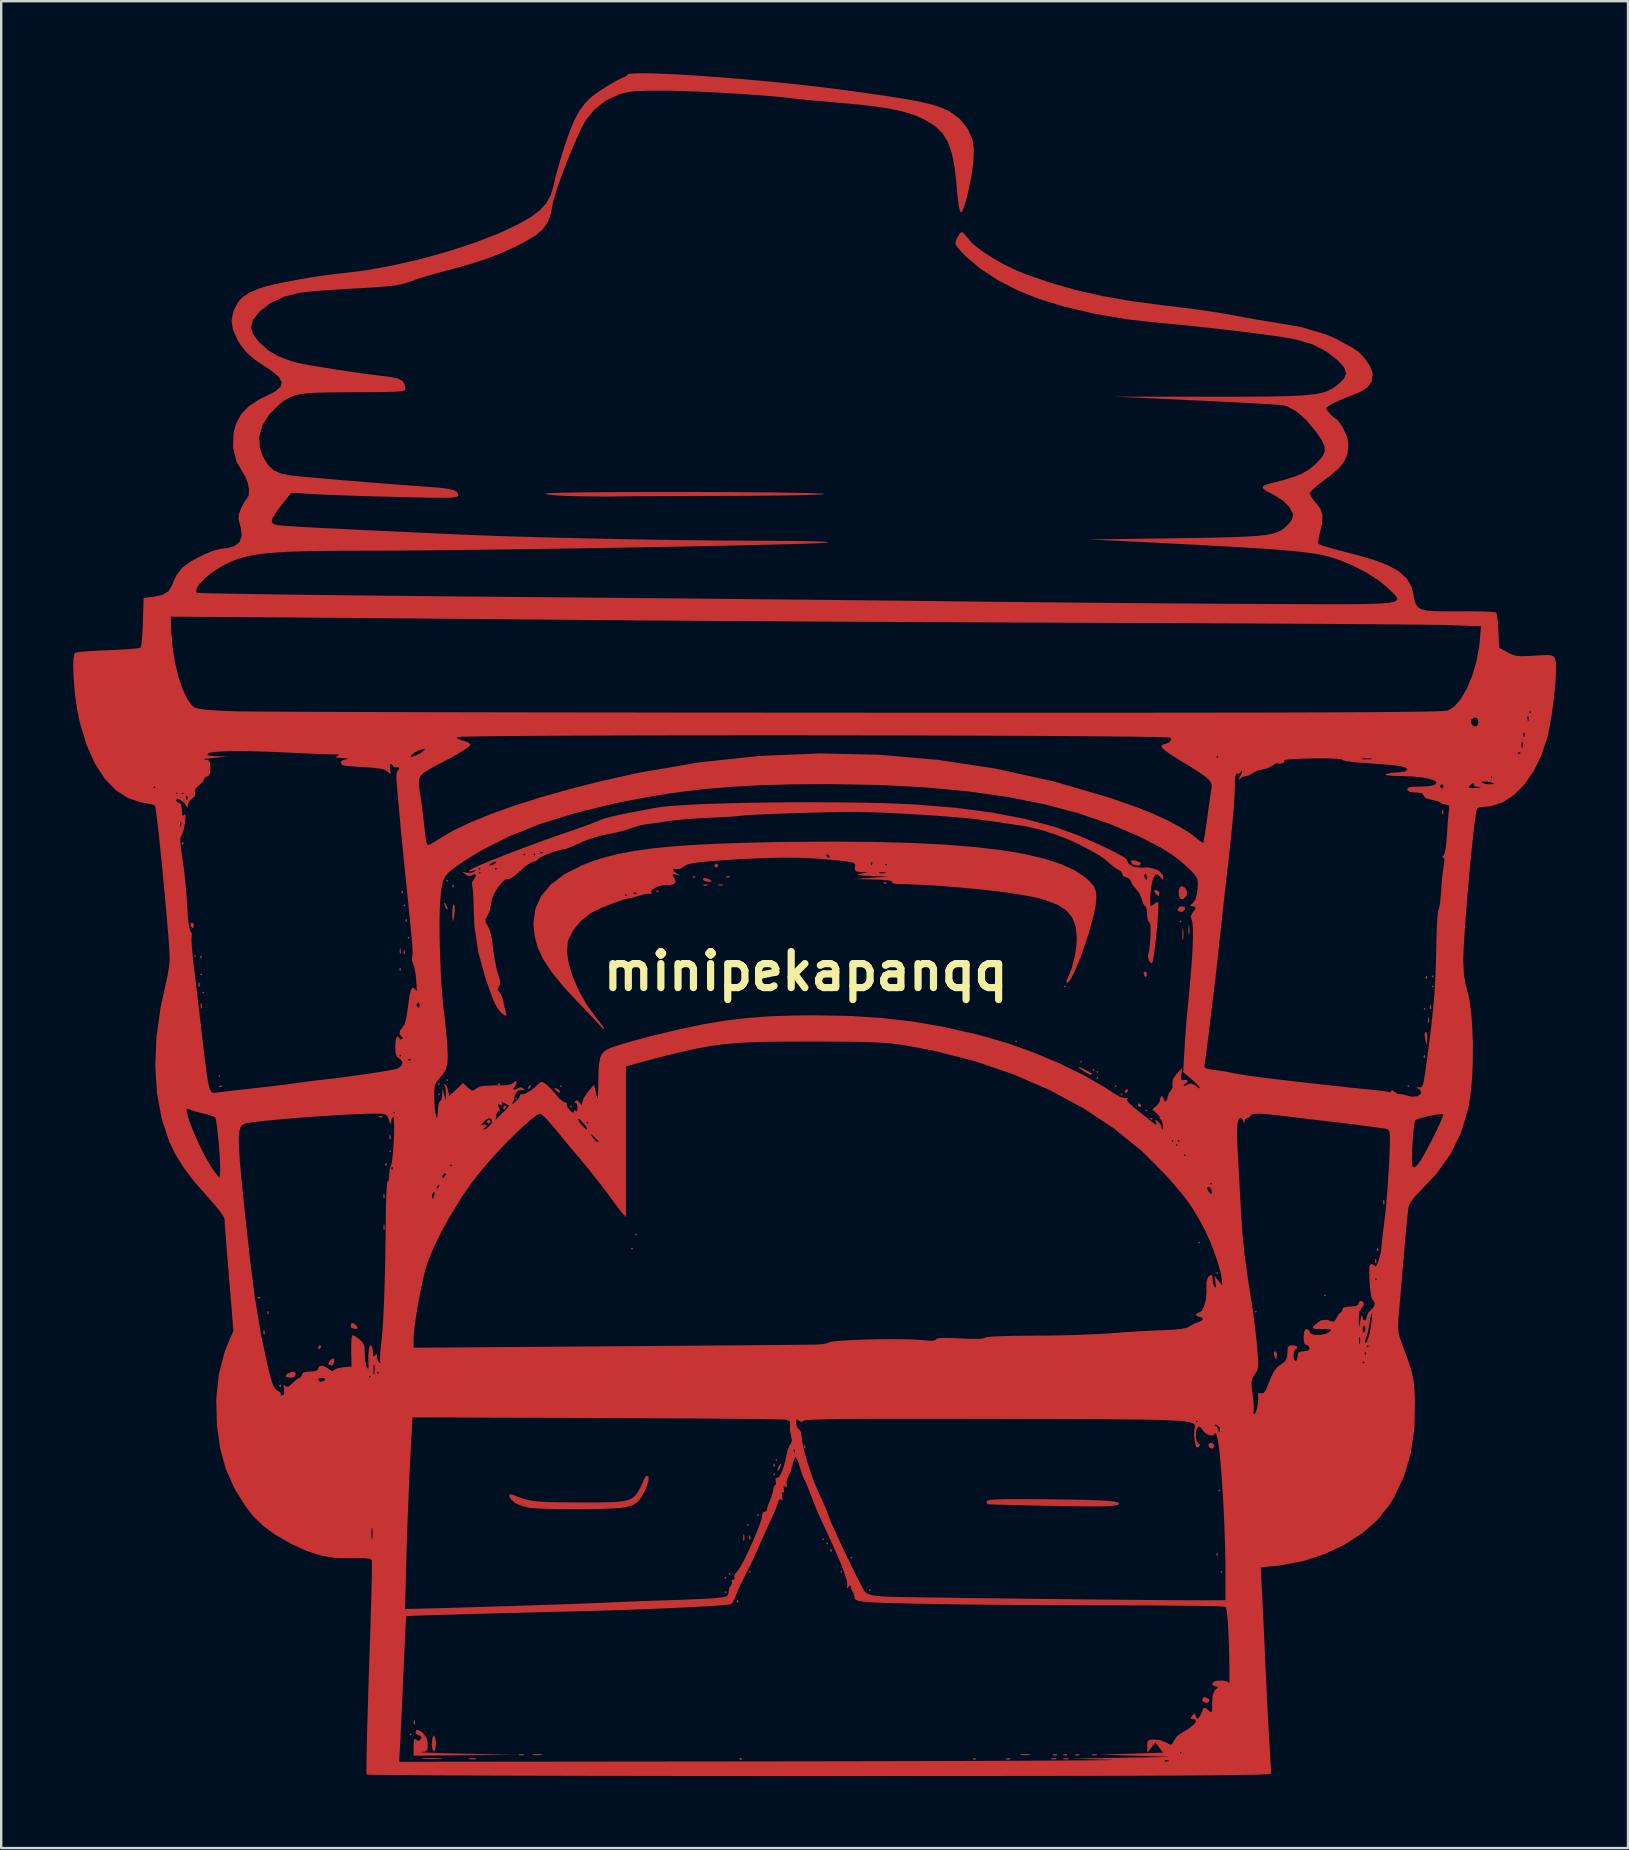
<source format=kicad_pcb>
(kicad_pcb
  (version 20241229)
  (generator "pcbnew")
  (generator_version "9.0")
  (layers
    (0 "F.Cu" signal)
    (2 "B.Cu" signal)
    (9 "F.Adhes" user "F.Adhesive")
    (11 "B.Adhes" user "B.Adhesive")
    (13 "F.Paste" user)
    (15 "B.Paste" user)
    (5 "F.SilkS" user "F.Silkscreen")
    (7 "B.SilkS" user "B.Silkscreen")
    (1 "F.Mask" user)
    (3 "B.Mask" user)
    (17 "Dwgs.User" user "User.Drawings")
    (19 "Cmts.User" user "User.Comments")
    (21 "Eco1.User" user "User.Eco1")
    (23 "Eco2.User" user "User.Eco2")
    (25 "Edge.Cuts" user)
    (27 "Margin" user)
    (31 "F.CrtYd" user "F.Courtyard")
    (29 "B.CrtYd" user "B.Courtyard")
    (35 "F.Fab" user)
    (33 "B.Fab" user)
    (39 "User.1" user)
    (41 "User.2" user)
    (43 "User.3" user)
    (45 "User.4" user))
  (footprint "minipekapanqq"
    (layer "F.Cu")
    (at 30.52 37.417)
    (property "Reference" "minipekapanqq" (at 0 0 0) (layer "F.SilkS") (effects (font (size 1.5 1.5) (thickness 0.3))))
    (attr board_only exclude_from_pos_files exclude_from_bom)
    (fp_poly (pts (xy -25.4 -0.635) (xy -25.442 -0.593) (xy -25.485 -0.635) (xy -25.442 -0.677)) (stroke (width 0) (type solid)) (fill yes) (layer "F.Cu"))
    (fp_poly (pts (xy -25.146 0.127) (xy -25.188 0.169) (xy -25.231 0.127) (xy -25.188 0.085)) (stroke (width 0) (type solid)) (fill yes) (layer "F.Cu"))
    (fp_poly (pts (xy -25.061 0.889) (xy -25.104 0.931) (xy -25.146 0.889) (xy -25.104 0.847)) (stroke (width 0) (type solid)) (fill yes) (layer "F.Cu"))
    (fp_poly (pts (xy -24.384 4.36) (xy -24.426 4.403) (xy -24.469 4.36) (xy -24.426 4.318)) (stroke (width 0) (type solid)) (fill yes) (layer "F.Cu"))
    (fp_poly (pts (xy -17.272 7.493) (xy -17.314 7.535) (xy -17.357 7.493) (xy -17.314 7.451)) (stroke (width 0) (type solid)) (fill yes) (layer "F.Cu"))
    (fp_poly (pts (xy -16.679 -2.752) (xy -16.722 -2.709) (xy -16.764 -2.752) (xy -16.722 -2.794)) (stroke (width 0) (type solid)) (fill yes) (layer "F.Cu"))
    (fp_poly (pts (xy -16.51 -1.397) (xy -16.552 -1.355) (xy -16.595 -1.397) (xy -16.552 -1.439)) (stroke (width 0) (type solid)) (fill yes) (layer "F.Cu"))
    (fp_poly (pts (xy -16.425 31.792) (xy -16.468 31.835) (xy -16.51 31.792) (xy -16.468 31.75)) (stroke (width 0) (type solid)) (fill yes) (layer "F.Cu"))
    (fp_poly (pts (xy -15.24 4.699) (xy -15.282 4.741) (xy -15.325 4.699) (xy -15.282 4.657)) (stroke (width 0) (type solid)) (fill yes) (layer "F.Cu"))
    (fp_poly (pts (xy -15.24 5.122) (xy -15.282 5.165) (xy -15.325 5.122) (xy -15.282 5.08)) (stroke (width 0) (type solid)) (fill yes) (layer "F.Cu"))
    (fp_poly (pts (xy -14.901 -3.768) (xy -14.944 -3.725) (xy -14.986 -3.768) (xy -14.944 -3.81)) (stroke (width 0) (type solid)) (fill yes) (layer "F.Cu"))
    (fp_poly (pts (xy -14.901 4.53) (xy -14.944 4.572) (xy -14.986 4.53) (xy -14.944 4.487)) (stroke (width 0) (type solid)) (fill yes) (layer "F.Cu"))
    (fp_poly (pts (xy -12.023 5.292) (xy -12.065 5.334) (xy -12.107 5.292) (xy -12.065 5.249)) (stroke (width 0) (type solid)) (fill yes) (layer "F.Cu"))
    (fp_poly (pts (xy -10.16 4.784) (xy -10.202 4.826) (xy -10.245 4.784) (xy -10.202 4.741)) (stroke (width 0) (type solid)) (fill yes) (layer "F.Cu"))
    (fp_poly (pts (xy -9.737 5.63) (xy -9.779 5.673) (xy -9.821 5.63) (xy -9.779 5.588)) (stroke (width 0) (type solid)) (fill yes) (layer "F.Cu"))
    (fp_poly (pts (xy -7.197 11.557) (xy -7.239 11.599) (xy -7.281 11.557) (xy -7.239 11.515)) (stroke (width 0) (type solid)) (fill yes) (layer "F.Cu"))
    (fp_poly (pts (xy -7.027 10.964) (xy -7.07 11.007) (xy -7.112 10.964) (xy -7.07 10.922)) (stroke (width 0) (type solid)) (fill yes) (layer "F.Cu"))
    (fp_poly (pts (xy -3.302 25.273) (xy -3.344 25.315) (xy -3.387 25.273) (xy -3.344 25.231)) (stroke (width 0) (type solid)) (fill yes) (layer "F.Cu"))
    (fp_poly (pts (xy -3.302 25.866) (xy -3.344 25.908) (xy -3.387 25.866) (xy -3.344 25.823)) (stroke (width 0) (type solid)) (fill yes) (layer "F.Cu"))
    (fp_poly (pts (xy -3.133 25.104) (xy -3.175 25.146) (xy -3.217 25.104) (xy -3.175 25.061)) (stroke (width 0) (type solid)) (fill yes) (layer "F.Cu"))
    (fp_poly (pts (xy -2.371 23.072) (xy -2.413 23.114) (xy -2.455 23.072) (xy -2.413 23.029)) (stroke (width 0) (type solid)) (fill yes) (layer "F.Cu"))
    (fp_poly (pts (xy -2.286 25.019) (xy -2.328 25.061) (xy -2.371 25.019) (xy -2.328 24.977)) (stroke (width 0) (type solid)) (fill yes) (layer "F.Cu"))
    (fp_poly (pts (xy -1.947 22.648) (xy -1.99 22.691) (xy -2.032 22.648) (xy -1.99 22.606)) (stroke (width 0) (type solid)) (fill yes) (layer "F.Cu"))
    (fp_poly (pts (xy -1.27 20.955) (xy -1.312 20.997) (xy -1.355 20.955) (xy -1.312 20.913)) (stroke (width 0) (type solid)) (fill yes) (layer "F.Cu"))
    (fp_poly (pts (xy -1.185 20.362) (xy -1.228 20.405) (xy -1.27 20.362) (xy -1.228 20.32)) (stroke (width 0) (type solid)) (fill yes) (layer "F.Cu"))
    (fp_poly (pts (xy 0.762 23.664) (xy 0.72 23.707) (xy 0.677 23.664) (xy 0.72 23.622)) (stroke (width 0) (type solid)) (fill yes) (layer "F.Cu"))
    (fp_poly (pts (xy 0.931 23.834) (xy 0.889 23.876) (xy 0.847 23.834) (xy 0.889 23.791)) (stroke (width 0) (type solid)) (fill yes) (layer "F.Cu"))
    (fp_poly (pts (xy 1.524 25.019) (xy 1.482 25.061) (xy 1.439 25.019) (xy 1.482 24.977)) (stroke (width 0) (type solid)) (fill yes) (layer "F.Cu"))
    (fp_poly (pts (xy 1.947 24.426) (xy 1.905 24.469) (xy 1.863 24.426) (xy 1.905 24.384)) (stroke (width 0) (type solid)) (fill yes) (layer "F.Cu"))
    (fp_poly (pts (xy 2.709 25.781) (xy 2.667 25.823) (xy 2.625 25.781) (xy 2.667 25.739)) (stroke (width 0) (type solid)) (fill yes) (layer "F.Cu"))
    (fp_poly (pts (xy 8.805 2.921) (xy 8.763 2.963) (xy 8.721 2.921) (xy 8.763 2.879)) (stroke (width 0) (type solid)) (fill yes) (layer "F.Cu"))
    (fp_poly (pts (xy 10.837 0.635) (xy 10.795 0.677) (xy 10.753 0.635) (xy 10.795 0.593)) (stroke (width 0) (type solid)) (fill yes) (layer "F.Cu"))
    (fp_poly (pts (xy 11.515 3.768) (xy 11.472 3.81) (xy 11.43 3.768) (xy 11.472 3.725)) (stroke (width 0) (type solid)) (fill yes) (layer "F.Cu"))
    (fp_poly (pts (xy 12.023 4.106) (xy 11.98 4.149) (xy 11.938 4.106) (xy 11.98 4.064)) (stroke (width 0) (type solid)) (fill yes) (layer "F.Cu"))
    (fp_poly (pts (xy 12.192 4.191) (xy 12.15 4.233) (xy 12.107 4.191) (xy 12.15 4.149)) (stroke (width 0) (type solid)) (fill yes) (layer "F.Cu"))
    (fp_poly (pts (xy 12.192 4.445) (xy 12.15 4.487) (xy 12.107 4.445) (xy 12.15 4.403)) (stroke (width 0) (type solid)) (fill yes) (layer "F.Cu"))
    (fp_poly (pts (xy 12.954 4.784) (xy 12.912 4.826) (xy 12.869 4.784) (xy 12.912 4.741)) (stroke (width 0) (type solid)) (fill yes) (layer "F.Cu"))
    (fp_poly (pts (xy 13.208 5.122) (xy 13.166 5.165) (xy 13.123 5.122) (xy 13.166 5.08)) (stroke (width 0) (type solid)) (fill yes) (layer "F.Cu"))
    (fp_poly (pts (xy 14.224 5.8) (xy 14.182 5.842) (xy 14.139 5.8) (xy 14.182 5.757)) (stroke (width 0) (type solid)) (fill yes) (layer "F.Cu"))
    (fp_poly (pts (xy 14.817 6.138) (xy 14.774 6.181) (xy 14.732 6.138) (xy 14.774 6.096)) (stroke (width 0) (type solid)) (fill yes) (layer "F.Cu"))
    (fp_poly (pts (xy 15.663 -2.074) (xy 15.621 -2.032) (xy 15.579 -2.074) (xy 15.621 -2.117)) (stroke (width 0) (type solid)) (fill yes) (layer "F.Cu"))
    (fp_poly (pts (xy 16.425 11.303) (xy 16.383 11.345) (xy 16.341 11.303) (xy 16.383 11.261)) (stroke (width 0) (type solid)) (fill yes) (layer "F.Cu"))
    (fp_poly (pts (xy 17.187 12.573) (xy 17.145 12.615) (xy 17.103 12.573) (xy 17.145 12.531)) (stroke (width 0) (type solid)) (fill yes) (layer "F.Cu"))
    (fp_poly (pts (xy 17.272 21.632) (xy 17.23 21.675) (xy 17.187 21.632) (xy 17.23 21.59)) (stroke (width 0) (type solid)) (fill yes) (layer "F.Cu"))
    (fp_poly (pts (xy 17.357 25.019) (xy 17.314 25.061) (xy 17.272 25.019) (xy 17.314 24.977)) (stroke (width 0) (type solid)) (fill yes) (layer "F.Cu"))
    (fp_poly (pts (xy 18.796 14.182) (xy 18.754 14.224) (xy 18.711 14.182) (xy 18.754 14.139)) (stroke (width 0) (type solid)) (fill yes) (layer "F.Cu"))
    (fp_poly (pts (xy 21.675 13.504) (xy 21.632 13.547) (xy 21.59 13.504) (xy 21.632 13.462)) (stroke (width 0) (type solid)) (fill yes) (layer "F.Cu"))
    (fp_poly (pts (xy 25.146 4.784) (xy 25.104 4.826) (xy 25.061 4.784) (xy 25.104 4.741)) (stroke (width 0) (type solid)) (fill yes) (layer "F.Cu"))
    (fp_poly (pts (xy 25.823 1.566) (xy 25.781 1.609) (xy 25.739 1.566) (xy 25.781 1.524)) (stroke (width 0) (type solid)) (fill yes) (layer "F.Cu"))
    (fp_poly (pts (xy 26.162 0.212) (xy 26.12 0.254) (xy 26.077 0.212) (xy 26.12 0.169)) (stroke (width 0) (type solid)) (fill yes) (layer "F.Cu"))
    (fp_poly (pts (xy 26.162 0.635) (xy 26.12 0.677) (xy 26.077 0.635) (xy 26.12 0.593)) (stroke (width 0) (type solid)) (fill yes) (layer "F.Cu"))
    (fp_poly (pts (xy -25.936 -5.39) (xy -25.926 -5.29) (xy -25.936 -5.278) (xy -25.987 -5.289) (xy -25.993 -5.334) (xy -25.962 -5.404)) (stroke (width 0) (type solid)) (fill yes) (layer "F.Cu"))
    (fp_poly (pts (xy -25.257 0.492) (xy -25.247 0.624) (xy -25.264 0.654) (xy -25.303 0.629) (xy -25.309 0.543) (xy -25.288 0.453)) (stroke (width 0) (type solid)) (fill yes) (layer "F.Cu"))
    (fp_poly (pts (xy -25.175 1.333) (xy -25.163 1.507) (xy -25.175 1.545) (xy -25.205 1.556) (xy -25.217 1.439) (xy -25.204 1.319)) (stroke (width 0) (type solid)) (fill yes) (layer "F.Cu"))
    (fp_poly (pts (xy -25.174 -0.649) (xy -25.164 -0.549) (xy -25.174 -0.536) (xy -25.225 -0.548) (xy -25.231 -0.593) (xy -25.2 -0.662)) (stroke (width 0) (type solid)) (fill yes) (layer "F.Cu"))
    (fp_poly (pts (xy -24.328 4.77) (xy -24.339 4.82) (xy -24.384 4.826) (xy -24.454 4.795) (xy -24.44 4.77) (xy -24.34 4.759)) (stroke (width 0) (type solid)) (fill yes) (layer "F.Cu"))
    (fp_poly (pts (xy -22.719 13.575) (xy -22.731 13.625) (xy -22.775 13.631) (xy -22.845 13.6) (xy -22.832 13.575) (xy -22.731 13.565)) (stroke (width 0) (type solid)) (fill yes) (layer "F.Cu"))
    (fp_poly (pts (xy -22.548 14.97) (xy -22.538 15.102) (xy -22.555 15.132) (xy -22.593 15.107) (xy -22.599 15.021) (xy -22.579 14.931)) (stroke (width 0) (type solid)) (fill yes) (layer "F.Cu"))
    (fp_poly (pts (xy -22.38 14.168) (xy -22.37 14.268) (xy -22.38 14.28) (xy -22.431 14.269) (xy -22.437 14.224) (xy -22.406 14.154)) (stroke (width 0) (type solid)) (fill yes) (layer "F.Cu"))
    (fp_poly (pts (xy -21.872 17.216) (xy -21.862 17.316) (xy -21.872 17.328) (xy -21.923 17.317) (xy -21.929 17.272) (xy -21.898 17.202)) (stroke (width 0) (type solid)) (fill yes) (layer "F.Cu"))
    (fp_poly (pts (xy -17.634 6.045) (xy -17.659 6.083) (xy -17.745 6.089) (xy -17.835 6.069) (xy -17.796 6.038) (xy -17.664 6.028)) (stroke (width 0) (type solid)) (fill yes) (layer "F.Cu"))
    (fp_poly (pts (xy -17.555 10.562) (xy -17.543 10.736) (xy -17.555 10.774) (xy -17.585 10.784) (xy -17.597 10.668) (xy -17.584 10.548)) (stroke (width 0) (type solid)) (fill yes) (layer "F.Cu"))
    (fp_poly (pts (xy -17.553 9.297) (xy -17.543 9.43) (xy -17.56 9.46) (xy -17.598 9.434) (xy -17.604 9.349) (xy -17.583 9.258)) (stroke (width 0) (type solid)) (fill yes) (layer "F.Cu"))
    (fp_poly (pts (xy -17.47 7.987) (xy -17.459 8.087) (xy -17.47 8.1) (xy -17.52 8.088) (xy -17.526 8.043) (xy -17.495 7.974)) (stroke (width 0) (type solid)) (fill yes) (layer "F.Cu"))
    (fp_poly (pts (xy -17.299 6.842) (xy -17.289 6.974) (xy -17.306 7.004) (xy -17.344 6.979) (xy -17.35 6.893) (xy -17.329 6.803)) (stroke (width 0) (type solid)) (fill yes) (layer "F.Cu"))
    (fp_poly (pts (xy -16.877 -0.953) (xy -16.866 -0.779) (xy -16.877 -0.741) (xy -16.908 -0.73) (xy -16.92 -0.847) (xy -16.907 -0.967)) (stroke (width 0) (type solid)) (fill yes) (layer "F.Cu"))
    (fp_poly (pts (xy -16.877 -0.141) (xy -16.867 -0.041) (xy -16.877 -0.028) (xy -16.927 -0.04) (xy -16.933 -0.085) (xy -16.902 -0.154)) (stroke (width 0) (type solid)) (fill yes) (layer "F.Cu"))
    (fp_poly (pts (xy -16.792 -3.358) (xy -16.782 -3.258) (xy -16.792 -3.246) (xy -16.843 -3.257) (xy -16.849 -3.302) (xy -16.818 -3.372)) (stroke (width 0) (type solid)) (fill yes) (layer "F.Cu"))
    (fp_poly (pts (xy -16.706 -0.863) (xy -16.696 -0.73) (xy -16.713 -0.7) (xy -16.751 -0.726) (xy -16.757 -0.811) (xy -16.737 -0.902)) (stroke (width 0) (type solid)) (fill yes) (layer "F.Cu"))
    (fp_poly (pts (xy -16.623 -2.173) (xy -16.613 -2.073) (xy -16.623 -2.06) (xy -16.673 -2.072) (xy -16.679 -2.117) (xy -16.648 -2.186)) (stroke (width 0) (type solid)) (fill yes) (layer "F.Cu"))
    (fp_poly (pts (xy -16.283 31.226) (xy -16.273 31.358) (xy -16.29 31.388) (xy -16.328 31.363) (xy -16.334 31.277) (xy -16.313 31.187)) (stroke (width 0) (type solid)) (fill yes) (layer "F.Cu"))
    (fp_poly (pts (xy -14.676 -3.612) (xy -14.665 -3.512) (xy -14.676 -3.5) (xy -14.726 -3.511) (xy -14.732 -3.556) (xy -14.701 -3.626)) (stroke (width 0) (type solid)) (fill yes) (layer "F.Cu"))
    (fp_poly (pts (xy -12.728 4.685) (xy -12.74 4.735) (xy -12.785 4.741) (xy -12.854 4.71) (xy -12.841 4.685) (xy -12.741 4.675)) (stroke (width 0) (type solid)) (fill yes) (layer "F.Cu"))
    (fp_poly (pts (xy -11.748 32.625) (xy -11.737 32.656) (xy -11.853 32.668) (xy -11.974 32.655) (xy -11.959 32.625) (xy -11.786 32.614)) (stroke (width 0) (type solid)) (fill yes) (layer "F.Cu"))
    (fp_poly (pts (xy -6.124 -3.358) (xy -6.136 -3.308) (xy -6.181 -3.302) (xy -6.25 -3.333) (xy -6.237 -3.358) (xy -6.137 -3.369)) (stroke (width 0) (type solid)) (fill yes) (layer "F.Cu"))
    (fp_poly (pts (xy -4.6 -3.951) (xy -4.612 -3.901) (xy -4.657 -3.895) (xy -4.726 -3.926) (xy -4.713 -3.951) (xy -4.613 -3.961)) (stroke (width 0) (type solid)) (fill yes) (layer "F.Cu"))
    (fp_poly (pts (xy -4.087 -3.607) (xy -4.112 -3.569) (xy -4.198 -3.563) (xy -4.288 -3.583) (xy -4.249 -3.614) (xy -4.117 -3.624)) (stroke (width 0) (type solid)) (fill yes) (layer "F.Cu"))
    (fp_poly (pts (xy -3.45 -3.612) (xy -3.44 -3.581) (xy -3.556 -3.569) (xy -3.676 -3.583) (xy -3.662 -3.612) (xy -3.488 -3.623)) (stroke (width 0) (type solid)) (fill yes) (layer "F.Cu"))
    (fp_poly (pts (xy -3.156 -3.946) (xy -3.181 -3.907) (xy -3.267 -3.901) (xy -3.357 -3.922) (xy -3.318 -3.953) (xy -3.186 -3.963)) (stroke (width 0) (type solid)) (fill yes) (layer "F.Cu"))
    (fp_poly (pts (xy -2.822 26.19) (xy -2.812 26.291) (xy -2.822 26.303) (xy -2.873 26.291) (xy -2.879 26.247) (xy -2.848 26.177)) (stroke (width 0) (type solid)) (fill yes) (layer "F.Cu"))
    (fp_poly (pts (xy -2.653 32.794) (xy -2.665 32.845) (xy -2.709 32.851) (xy -2.779 32.82) (xy -2.766 32.794) (xy -2.665 32.784)) (stroke (width 0) (type solid)) (fill yes) (layer "F.Cu"))
    (fp_poly (pts (xy -2.313 23.521) (xy -2.303 23.654) (xy -2.32 23.684) (xy -2.358 23.658) (xy -2.364 23.573) (xy -2.343 23.482)) (stroke (width 0) (type solid)) (fill yes) (layer "F.Cu"))
    (fp_poly (pts (xy -1.298 20.518) (xy -1.288 20.618) (xy -1.298 20.63) (xy -1.349 20.619) (xy -1.355 20.574) (xy -1.324 20.504)) (stroke (width 0) (type solid)) (fill yes) (layer "F.Cu"))
    (fp_poly (pts (xy -0.028 19.756) (xy -0.018 19.856) (xy -0.028 19.868) (xy -0.079 19.857) (xy -0.085 19.812) (xy -0.054 19.742)) (stroke (width 0) (type solid)) (fill yes) (layer "F.Cu"))
    (fp_poly (pts (xy 1.072 24.074) (xy 1.083 24.174) (xy 1.072 24.186) (xy 1.022 24.175) (xy 1.016 24.13) (xy 1.047 24.06)) (stroke (width 0) (type solid)) (fill yes) (layer "F.Cu"))
    (fp_poly (pts (xy 3.358 -3.697) (xy 3.347 -3.647) (xy 3.302 -3.641) (xy 3.232 -3.672) (xy 3.246 -3.697) (xy 3.346 -3.707)) (stroke (width 0) (type solid)) (fill yes) (layer "F.Cu"))
    (fp_poly (pts (xy 7.084 32.794) (xy 7.072 32.845) (xy 7.027 32.851) (xy 6.958 32.82) (xy 6.971 32.794) (xy 7.071 32.784)) (stroke (width 0) (type solid)) (fill yes) (layer "F.Cu"))
    (fp_poly (pts (xy 8.528 32.8) (xy 8.503 32.838) (xy 8.417 32.844) (xy 8.327 32.823) (xy 8.366 32.793) (xy 8.498 32.783)) (stroke (width 0) (type solid)) (fill yes) (layer "F.Cu"))
    (fp_poly (pts (xy 10.435 32.795) (xy 10.446 32.825) (xy 10.329 32.837) (xy 10.209 32.824) (xy 10.223 32.795) (xy 10.397 32.783)) (stroke (width 0) (type solid)) (fill yes) (layer "F.Cu"))
    (fp_poly (pts (xy 10.476 32.63) (xy 10.45 32.669) (xy 10.365 32.675) (xy 10.274 32.654) (xy 10.313 32.623) (xy 10.446 32.613)) (stroke (width 0) (type solid)) (fill yes) (layer "F.Cu"))
    (fp_poly (pts (xy 10.899 32.63) (xy 10.874 32.669) (xy 10.788 32.675) (xy 10.698 32.654) (xy 10.737 32.623) (xy 10.869 32.613)) (stroke (width 0) (type solid)) (fill yes) (layer "F.Cu"))
    (fp_poly (pts (xy 10.943 32.795) (xy 10.954 32.825) (xy 10.837 32.837) (xy 10.717 32.824) (xy 10.732 32.795) (xy 10.905 32.783)) (stroke (width 0) (type solid)) (fill yes) (layer "F.Cu"))
    (fp_poly (pts (xy 11.407 32.63) (xy 11.382 32.669) (xy 11.296 32.675) (xy 11.206 32.654) (xy 11.245 32.623) (xy 11.377 32.613)) (stroke (width 0) (type solid)) (fill yes) (layer "F.Cu"))
    (fp_poly (pts (xy 12.129 32.625) (xy 12.139 32.656) (xy 12.023 32.668) (xy 11.902 32.655) (xy 11.917 32.625) (xy 12.09 32.614)) (stroke (width 0) (type solid)) (fill yes) (layer "F.Cu"))
    (fp_poly (pts (xy 14.45 6.124) (xy 14.438 6.175) (xy 14.393 6.181) (xy 14.324 6.15) (xy 14.337 6.124) (xy 14.437 6.114)) (stroke (width 0) (type solid)) (fill yes) (layer "F.Cu"))
    (fp_poly (pts (xy 17.159 24.243) (xy 17.169 24.343) (xy 17.159 24.356) (xy 17.109 24.344) (xy 17.103 24.299) (xy 17.134 24.23)) (stroke (width 0) (type solid)) (fill yes) (layer "F.Cu"))
    (fp_poly (pts (xy 23.765 12.007) (xy 23.775 12.139) (xy 23.758 12.169) (xy 23.719 12.144) (xy 23.713 12.058) (xy 23.734 11.968)) (stroke (width 0) (type solid)) (fill yes) (layer "F.Cu"))
    (fp_poly (pts (xy 23.848 11.543) (xy 23.858 11.643) (xy 23.848 11.656) (xy 23.797 11.644) (xy 23.791 11.599) (xy 23.822 11.53)) (stroke (width 0) (type solid)) (fill yes) (layer "F.Cu"))
    (fp_poly (pts (xy 24.103 9.551) (xy 24.113 9.684) (xy 24.096 9.714) (xy 24.058 9.688) (xy 24.052 9.603) (xy 24.073 9.512)) (stroke (width 0) (type solid)) (fill yes) (layer "F.Cu"))
    (fp_poly (pts (xy 25.795 3.5) (xy 25.805 3.6) (xy 25.795 3.612) (xy 25.745 3.601) (xy 25.739 3.556) (xy 25.77 3.486)) (stroke (width 0) (type solid)) (fill yes) (layer "F.Cu"))
    (fp_poly (pts (xy 25.88 0.198) (xy 25.89 0.298) (xy 25.88 0.31) (xy 25.829 0.299) (xy 25.823 0.254) (xy 25.854 0.184)) (stroke (width 0) (type solid)) (fill yes) (layer "F.Cu"))
    (fp_poly (pts (xy 25.964 1.926) (xy 25.975 2.1) (xy 25.964 2.138) (xy 25.933 2.148) (xy 25.921 2.032) (xy 25.935 1.912)) (stroke (width 0) (type solid)) (fill yes) (layer "F.Cu"))
    (fp_poly (pts (xy 26.051 1.423) (xy 26.061 1.556) (xy 26.044 1.586) (xy 26.005 1.56) (xy 25.999 1.475) (xy 26.02 1.384)) (stroke (width 0) (type solid)) (fill yes) (layer "F.Cu"))
    (fp_poly (pts (xy 26.559 -6.705) (xy 26.569 -6.572) (xy 26.552 -6.542) (xy 26.513 -6.568) (xy 26.507 -6.653) (xy 26.528 -6.744)) (stroke (width 0) (type solid)) (fill yes) (layer "F.Cu"))
    (fp_poly (pts (xy -25.492 -1.93) (xy -25.503 -1.851) (xy -25.549 -1.787) (xy -25.605 -1.851) (xy -25.636 -1.976) (xy -25.62 -2.009) (xy -25.536 -2.023)) (stroke (width 0) (type solid)) (fill yes) (layer "F.Cu"))
    (fp_poly (pts (xy -14.976 -2.766) (xy -14.92 -2.626) (xy -14.925 -2.572) (xy -14.983 -2.603) (xy -15.018 -2.67) (xy -15.066 -2.831) (xy -15.046 -2.863)) (stroke (width 0) (type solid)) (fill yes) (layer "F.Cu"))
    (fp_poly (pts (xy 14.216 0.102) (xy 14.206 0.181) (xy 14.159 0.245) (xy 14.104 0.181) (xy 14.073 0.056) (xy 14.089 0.023) (xy 14.172 0.009)) (stroke (width 0) (type solid)) (fill yes) (layer "F.Cu"))
    (fp_poly (pts (xy 25.872 2.56) (xy 25.898 2.671) (xy 25.892 2.85) (xy 25.863 3.09) (xy 25.808 2.836) (xy 25.78 2.619) (xy 25.811 2.53)) (stroke (width 0) (type solid)) (fill yes) (layer "F.Cu"))
    (fp_poly (pts (xy -20.18 15.631) (xy -20.193 15.663) (xy -20.269 15.744) (xy -20.283 15.748) (xy -20.319 15.682) (xy -20.32 15.663) (xy -20.255 15.582) (xy -20.23 15.579)) (stroke (width 0) (type solid)) (fill yes) (layer "F.Cu"))
    (fp_poly (pts (xy -13.737 32.792) (xy -13.711 32.817) (xy -13.828 32.83) (xy -13.885 32.831) (xy -14.039 32.822) (xy -14.058 32.8) (xy -14.034 32.792) (xy -13.819 32.779)) (stroke (width 0) (type solid)) (fill yes) (layer "F.Cu"))
    (fp_poly (pts (xy -13.126 6.245) (xy -13.123 6.265) (xy -13.188 6.348) (xy -13.208 6.35) (xy -13.29 6.286) (xy -13.293 6.265) (xy -13.228 6.183) (xy -13.208 6.181)) (stroke (width 0) (type solid)) (fill yes) (layer "F.Cu"))
    (fp_poly (pts (xy -12.475 5.64) (xy -12.488 5.673) (xy -12.564 5.753) (xy -12.578 5.757) (xy -12.614 5.692) (xy -12.615 5.673) (xy -12.55 5.591) (xy -12.526 5.588)) (stroke (width 0) (type solid)) (fill yes) (layer "F.Cu"))
    (fp_poly (pts (xy -11.457 4.796) (xy -11.472 4.826) (xy -11.552 4.907) (xy -11.567 4.911) (xy -11.573 4.856) (xy -11.557 4.826) (xy -11.477 4.745) (xy -11.462 4.741)) (stroke (width 0) (type solid)) (fill yes) (layer "F.Cu"))
    (fp_poly (pts (xy -10.986 32.622) (xy -10.945 32.643) (xy -11.052 32.656) (xy -11.176 32.658) (xy -11.359 32.652) (xy -11.409 32.635) (xy -11.367 32.622) (xy -11.12 32.608)) (stroke (width 0) (type solid)) (fill yes) (layer "F.Cu"))
    (fp_poly (pts (xy -10.41 4.865) (xy -10.384 4.875) (xy -10.264 4.958) (xy -10.245 5.004) (xy -10.274 5.075) (xy -10.371 5.003) (xy -10.416 4.951) (xy -10.477 4.859)) (stroke (width 0) (type solid)) (fill yes) (layer "F.Cu"))
    (fp_poly (pts (xy -3.643 -4.423) (xy -3.641 -4.403) (xy -3.705 -4.32) (xy -3.725 -4.318) (xy -3.808 -4.382) (xy -3.81 -4.403) (xy -3.746 -4.485) (xy -3.725 -4.487)) (stroke (width 0) (type solid)) (fill yes) (layer "F.Cu"))
    (fp_poly (pts (xy -2.57 23.461) (xy -2.566 23.475) (xy -2.554 23.66) (xy -2.569 23.729) (xy -2.597 23.732) (xy -2.608 23.6) (xy -2.608 23.58) (xy -2.596 23.448)) (stroke (width 0) (type solid)) (fill yes) (layer "F.Cu"))
    (fp_poly (pts (xy -1.019 20.532) (xy -1.061 20.671) (xy -1.101 20.743) (xy -1.168 20.811) (xy -1.183 20.786) (xy -1.141 20.647) (xy -1.101 20.574) (xy -1.034 20.506)) (stroke (width 0) (type solid)) (fill yes) (layer "F.Cu"))
    (fp_poly (pts (xy 9.335 32.622) (xy 9.375 32.643) (xy 9.268 32.656) (xy 9.144 32.658) (xy 8.961 32.652) (xy 8.911 32.635) (xy 8.954 32.622) (xy 9.2 32.608)) (stroke (width 0) (type solid)) (fill yes) (layer "F.Cu"))
    (fp_poly (pts (xy 13.433 4.963) (xy 13.42 4.995) (xy 13.344 5.076) (xy 13.33 5.08) (xy 13.294 5.014) (xy 13.293 4.995) (xy 13.358 4.914) (xy 13.382 4.911)) (stroke (width 0) (type solid)) (fill yes) (layer "F.Cu"))
    (fp_poly (pts (xy 13.967 5.565) (xy 13.97 5.588) (xy 13.941 5.67) (xy 13.933 5.673) (xy 13.86 5.613) (xy 13.843 5.588) (xy 13.85 5.51) (xy 13.88 5.503)) (stroke (width 0) (type solid)) (fill yes) (layer "F.Cu"))
    (fp_poly (pts (xy 15.724 -1.756) (xy 15.738 -1.505) (xy 15.723 -1.332) (xy 15.703 -1.298) (xy 15.69 -1.409) (xy 15.688 -1.566) (xy 15.694 -1.758) (xy 15.709 -1.815)) (stroke (width 0) (type solid)) (fill yes) (layer "F.Cu"))
    (fp_poly (pts (xy 15.795 -2.665) (xy 15.798 -2.57) (xy 15.689 -2.485) (xy 15.635 -2.47) (xy 15.514 -2.507) (xy 15.494 -2.576) (xy 15.565 -2.686) (xy 15.67 -2.709)) (stroke (width 0) (type solid)) (fill yes) (layer "F.Cu"))
    (fp_poly (pts (xy 15.977 -1.883) (xy 15.991 -1.662) (xy 15.976 -1.544) (xy 15.953 -1.524) (xy 15.94 -1.646) (xy 15.939 -1.736) (xy 15.947 -1.9) (xy 15.966 -1.925)) (stroke (width 0) (type solid)) (fill yes) (layer "F.Cu"))
    (fp_poly (pts (xy 16.792 30.312) (xy 16.824 30.409) (xy 16.737 30.475) (xy 16.686 30.48) (xy 16.541 30.426) (xy 16.51 30.347) (xy 16.573 30.245) (xy 16.651 30.241)) (stroke (width 0) (type solid)) (fill yes) (layer "F.Cu"))
    (fp_poly (pts (xy 17.003 19.71) (xy 17.018 19.77) (xy 16.966 19.886) (xy 16.849 19.865) (xy 16.82 19.84) (xy 16.767 19.716) (xy 16.855 19.646) (xy 16.891 19.643)) (stroke (width 0) (type solid)) (fill yes) (layer "F.Cu"))
    (fp_poly (pts (xy 19.633 15.945) (xy 19.626 16.059) (xy 19.597 16.166) (xy 19.558 16.117) (xy 19.532 16.053) (xy 19.5 15.903) (xy 19.514 15.849) (xy 19.591 15.838)) (stroke (width 0) (type solid)) (fill yes) (layer "F.Cu"))
    (fp_poly (pts (xy -21.26 16.748) (xy -21.251 16.806) (xy -21.325 16.908) (xy -21.463 16.933) (xy -21.622 16.907) (xy -21.675 16.858) (xy -21.604 16.768) (xy -21.445 16.697) (xy -21.329 16.679)) (stroke (width 0) (type solid)) (fill yes) (layer "F.Cu"))
    (fp_poly (pts (xy -19.643 16.205) (xy -19.643 16.246) (xy -19.693 16.392) (xy -19.77 16.425) (xy -19.882 16.385) (xy -19.897 16.351) (xy -19.839 16.241) (xy -19.77 16.171) (xy -19.672 16.117)) (stroke (width 0) (type solid)) (fill yes) (layer "F.Cu"))
    (fp_poly (pts (xy -18.781 14.705) (xy -18.711 14.774) (xy -18.657 14.872) (xy -18.745 14.901) (xy -18.786 14.901) (xy -18.932 14.851) (xy -18.965 14.774) (xy -18.925 14.662) (xy -18.891 14.647)) (stroke (width 0) (type solid)) (fill yes) (layer "F.Cu"))
    (fp_poly (pts (xy -4.007 -3.827) (xy -3.979 -3.81) (xy -3.912 -3.748) (xy -3.995 -3.727) (xy -4.038 -3.727) (xy -4.209 -3.76) (xy -4.276 -3.81) (xy -4.269 -3.88) (xy -4.162 -3.885)) (stroke (width 0) (type solid)) (fill yes) (layer "F.Cu"))
    (fp_poly (pts (xy 14.713 -3.323) (xy 14.732 -3.26) (xy 14.715 -3.147) (xy 14.7 -3.133) (xy 14.627 -3.189) (xy 14.563 -3.26) (xy 14.504 -3.36) (xy 14.581 -3.387) (xy 14.595 -3.387)) (stroke (width 0) (type solid)) (fill yes) (layer "F.Cu"))
    (fp_poly (pts (xy 13.826 -4.584) (xy 13.949 -4.515) (xy 13.97 -4.477) (xy 13.904 -4.415) (xy 13.762 -4.408) (xy 13.625 -4.454) (xy 13.586 -4.493) (xy 13.555 -4.599) (xy 13.563 -4.617) (xy 13.668 -4.628)) (stroke (width 0) (type solid)) (fill yes) (layer "F.Cu"))
    (fp_poly (pts (xy 15.798 -3.485) (xy 15.881 -3.327) (xy 15.871 -3.164) (xy 15.864 -3.152) (xy 15.727 -3.006) (xy 15.614 -3.017) (xy 15.553 -3.137) (xy 15.536 -3.345) (xy 15.585 -3.505) (xy 15.662 -3.556)) (stroke (width 0) (type solid)) (fill yes) (layer "F.Cu"))
    (fp_poly (pts (xy -15.254 32.786) (xy -15.219 32.789) (xy -15.134 32.803) (xy -15.203 32.814) (xy -15.407 32.82) (xy -15.579 32.821) (xy -15.853 32.818) (xy -16.002 32.809) (xy -16.006 32.797) (xy -15.938 32.789) (xy -15.601 32.775)) (stroke (width 0) (type solid)) (fill yes) (layer "F.Cu"))
    (fp_poly (pts (xy -14.628 -2.72) (xy -14.623 -2.536) (xy -14.628 -2.477) (xy -14.662 -2.2) (xy -14.691 -2.085) (xy -14.712 -2.136) (xy -14.725 -2.354) (xy -14.725 -2.392) (xy -14.716 -2.626) (xy -14.686 -2.771) (xy -14.664 -2.794)) (stroke (width 0) (type solid)) (fill yes) (layer "F.Cu"))
    (fp_poly (pts (xy 11.461 4.014) (xy 11.635 4.095) (xy 11.811 4.19) (xy 11.925 4.264) (xy 11.938 4.282) (xy 11.877 4.315) (xy 11.701 4.238) (xy 11.557 4.149) (xy 11.405 4.04) (xy 11.349 3.982) (xy 11.353 3.98)) (stroke (width 0) (type solid)) (fill yes) (layer "F.Cu"))
    (fp_poly (pts (xy -15.441 31.91) (xy -15.411 32.097) (xy -15.409 32.173) (xy -15.428 32.385) (xy -15.475 32.503) (xy -15.494 32.512) (xy -15.547 32.437) (xy -15.577 32.249) (xy -15.579 32.173) (xy -15.56 31.961) (xy -15.513 31.843) (xy -15.494 31.835)) (stroke (width 0) (type solid)) (fill yes) (layer "F.Cu"))
    (fp_poly (pts (xy -16.114 31.618) (xy -15.938 31.745) (xy -15.784 31.964) (xy -15.748 32.208) (xy -15.762 32.412) (xy -15.835 32.501) (xy -16.013 32.53) (xy -16.023 32.531) (xy -16.019 32.538) (xy -15.866 32.547) (xy -15.58 32.559) (xy -15.183 32.572) (xy -14.692 32.585) (xy -14.224 32.597) (xy -12.15 32.644) (xy -14.245 32.662) (xy -16.341 32.681) (xy -16.339 32.279) (xy -16.326 32.044) (xy -16.291 31.969) (xy -16.264 31.994) (xy -16.153 32.066) (xy -16.096 32.052) (xy -16.007 31.942) (xy -16.05 31.852) (xy -16.129 31.835) (xy -16.241 31.767) (xy -16.256 31.708) (xy -16.223 31.599)) (stroke (width 0) (type solid)) (fill yes) (layer "F.Cu"))
    (fp_poly (pts (xy 9.204 21.991) (xy 9.923 21.996) (xy 10.223 21.999) (xy 11.041 22.009) (xy 11.702 22.023) (xy 12.216 22.041) (xy 12.597 22.064) (xy 12.856 22.093) (xy 13.005 22.129) (xy 13.055 22.173) (xy 13.033 22.214) (xy 12.966 22.244) (xy 12.828 22.267) (xy 12.605 22.283) (xy 12.283 22.291) (xy 11.845 22.293) (xy 11.277 22.288) (xy 10.565 22.277) (xy 10.033 22.267) (xy 9.407 22.254) (xy 8.838 22.241) (xy 8.348 22.229) (xy 7.958 22.218) (xy 7.689 22.209) (xy 7.563 22.202) (xy 7.556 22.201) (xy 7.537 22.114) (xy 7.535 22.077) (xy 7.57 22.047) (xy 7.683 22.023) (xy 7.888 22.006) (xy 8.201 21.996) (xy 8.634 21.991)) (stroke (width 0) (type solid)) (fill yes) (layer "F.Cu"))
    (fp_poly (pts (xy -6.549 21.05) (xy -6.55 21.198) (xy -6.609 21.421) (xy -6.72 21.681) (xy -6.793 21.815) (xy -6.908 21.993) (xy -7.033 22.13) (xy -7.19 22.233) (xy -7.403 22.305) (xy -7.694 22.354) (xy -8.086 22.383) (xy -8.601 22.399) (xy -9.262 22.408) (xy -9.271 22.408) (xy -9.834 22.409) (xy -10.368 22.404) (xy -10.839 22.394) (xy -11.213 22.378) (xy -11.458 22.359) (xy -11.485 22.355) (xy -11.785 22.285) (xy -12.049 22.182) (xy -12.139 22.129) (xy -12.29 21.986) (xy -12.358 21.859) (xy -12.333 21.787) (xy -12.213 21.804) (xy -11.959 21.907) (xy -11.73 21.985) (xy -11.496 22.042) (xy -11.226 22.08) (xy -10.892 22.105) (xy -10.461 22.119) (xy -9.905 22.126) (xy -9.61 22.129) (xy -8.916 22.131) (xy -8.37 22.126) (xy -7.951 22.11) (xy -7.639 22.08) (xy -7.411 22.032) (xy -7.248 21.961) (xy -7.127 21.866) (xy -7.029 21.742) (xy -6.993 21.687) (xy -6.861 21.454) (xy -6.774 21.257) (xy -6.762 21.211) (xy -6.682 21.06) (xy -6.616 21.015)) (stroke (width 0) (type solid)) (fill yes) (layer "F.Cu"))
    (fp_poly (pts (xy -5.153 -19.972) (xy -4.296 -19.97) (xy -3.453 -19.967) (xy -2.641 -19.962) (xy -1.877 -19.956) (xy -1.178 -19.948) (xy -0.559 -19.939) (xy -0.038 -19.928) (xy 0.369 -19.916) (xy 0.644 -19.903) (xy 0.772 -19.888) (xy 0.777 -19.886) (xy 0.717 -19.872) (xy 0.503 -19.858) (xy 0.151 -19.846) (xy -0.324 -19.835) (xy -0.907 -19.825) (xy -1.583 -19.817) (xy -2.335 -19.811) (xy -3.149 -19.807) (xy -3.387 -19.807) (xy -4.23 -19.805) (xy -5.028 -19.803) (xy -5.764 -19.8) (xy -6.42 -19.797) (xy -6.979 -19.794) (xy -7.424 -19.791) (xy -7.738 -19.788) (xy -7.903 -19.785) (xy -7.916 -19.784) (xy -8.088 -19.781) (xy -8.392 -19.78) (xy -8.794 -19.783) (xy -9.255 -19.789) (xy -9.504 -19.793) (xy -10.022 -19.807) (xy -10.427 -19.829) (xy -10.702 -19.857) (xy -10.83 -19.89) (xy -10.837 -19.901) (xy -10.755 -19.915) (xy -10.521 -19.928) (xy -10.15 -19.94) (xy -9.661 -19.949) (xy -9.069 -19.957) (xy -8.39 -19.963) (xy -7.643 -19.968) (xy -6.843 -19.971) (xy -6.008 -19.972)) (stroke (width 0) (type solid)) (fill yes) (layer "F.Cu"))
    (fp_poly (pts (xy 2.921 -5.389) (xy 4.46 -5.346) (xy 5.845 -5.275) (xy 7.081 -5.174) (xy 8.173 -5.044) (xy 9.125 -4.884) (xy 9.942 -4.692) (xy 10.629 -4.469) (xy 11.189 -4.214) (xy 11.628 -3.926) (xy 11.825 -3.748) (xy 12.008 -3.529) (xy 12.09 -3.319) (xy 12.107 -3.061) (xy 12.082 -2.783) (xy 12.012 -2.419) (xy 11.906 -1.996) (xy 11.773 -1.54) (xy 11.622 -1.075) (xy 11.463 -0.628) (xy 11.303 -0.223) (xy 11.153 0.113) (xy 11.021 0.355) (xy 10.916 0.477) (xy 10.862 0.476) (xy 10.868 0.383) (xy 10.912 0.283) (xy 11.069 -0.091) (xy 11.195 -0.559) (xy 11.274 -1.046) (xy 11.292 -1.355) (xy 11.249 -1.841) (xy 11.11 -2.228) (xy 10.857 -2.535) (xy 10.475 -2.779) (xy 9.948 -2.977) (xy 9.737 -3.037) (xy 9.289 -3.135) (xy 8.703 -3.233) (xy 8.012 -3.327) (xy 7.246 -3.414) (xy 6.438 -3.492) (xy 5.618 -3.556) (xy 4.819 -3.604) (xy 4.073 -3.633) (xy 3.784 -3.638) (xy 3.627 -3.665) (xy 3.598 -3.725) (xy 3.545 -3.769) (xy 3.335 -3.801) (xy 2.978 -3.822) (xy 2.82 -3.826) (xy 1.99 -3.842) (xy 2.709 -3.895) (xy 3.429 -3.948) (xy 2.709 -3.975) (xy 2.378 -3.99) (xy 2.203 -4.008) (xy 2.171 -4.03) (xy 2.269 -4.06) (xy 2.286 -4.064) (xy 2.437 -4.096) (xy 3.036 -4.096) (xy 3.149 -4.081) (xy 3.175 -4.081) (xy 3.32 -4.09) (xy 3.332 -4.116) (xy 3.325 -4.12) (xy 3.157 -4.136) (xy 3.071 -4.123) (xy 3.036 -4.096) (xy 2.437 -4.096) (xy 2.582 -4.126) (xy 2.297 -4.138) (xy 2.106 -4.16) (xy 2.041 -4.23) (xy 2.05 -4.346) (xy 2.06 -4.431) (xy 2.033 -4.487) (xy 2.709 -4.487) (xy 2.74 -4.418) (xy 2.766 -4.431) (xy 2.767 -4.445) (xy 3.302 -4.445) (xy 3.344 -4.403) (xy 3.387 -4.445) (xy 3.344 -4.487) (xy 3.302 -4.445) (xy 2.767 -4.445) (xy 2.776 -4.531) (xy 2.766 -4.544) (xy 2.715 -4.532) (xy 2.709 -4.487) (xy 2.033 -4.487) (xy 2.031 -4.491) (xy 1.938 -4.535) (xy 1.753 -4.571) (xy 1.448 -4.608) (xy 1.107 -4.643) (xy 0.443 -4.698) (xy -0.234 -4.73) (xy -0.953 -4.737) (xy -1.744 -4.72) (xy -2.636 -4.678) (xy -3.659 -4.611) (xy -3.914 -4.592) (xy -4.381 -4.551) (xy -4.708 -4.505) (xy -4.924 -4.45) (xy -5.057 -4.38) (xy -5.075 -4.365) (xy -5.242 -4.267) (xy -5.365 -4.26) (xy -5.508 -4.279) (xy -5.533 -4.213) (xy -5.43 -4.105) (xy -5.4 -4.086) (xy -5.207 -3.972) (xy -5.403 -4.026) (xy -5.538 -4.051) (xy -5.541 -3.991) (xy -5.488 -3.899) (xy -5.42 -3.752) (xy -5.469 -3.661) (xy -5.503 -3.636) (xy -5.684 -3.583) (xy -5.834 -3.587) (xy -6.002 -3.578) (xy -6.19 -3.518) (xy -6.354 -3.431) (xy -6.448 -3.342) (xy -6.427 -3.274) (xy -6.42 -3.271) (xy -6.404 -3.239) (xy -6.519 -3.232) (xy -6.758 -3.207) (xy -6.969 -3.145) (xy -7.179 -3.075) (xy -7.324 -3.048) (xy -7.493 -3.015) (xy -7.768 -2.929) (xy -8.101 -2.807) (xy -8.444 -2.669) (xy -8.749 -2.533) (xy -8.97 -2.416) (xy -8.976 -2.412) (xy -9.376 -2.093) (xy -9.696 -1.707) (xy -9.896 -1.303) (xy -9.911 -1.251) (xy -9.95 -0.836) (xy -9.878 -0.333) (xy -9.709 0.227) (xy -9.452 0.814) (xy -9.121 1.396) (xy -8.725 1.943) (xy -8.7 1.973) (xy -8.53 2.189) (xy -8.421 2.349) (xy -8.395 2.412) (xy -8.464 2.379) (xy -8.574 2.263) (xy -8.685 2.137) (xy -8.889 1.918) (xy -9.157 1.634) (xy -9.465 1.313) (xy -9.552 1.223) (xy -10.139 0.587) (xy -10.596 0.021) (xy -10.933 -0.494) (xy -11.162 -0.981) (xy -11.296 -1.46) (xy -11.344 -1.951) (xy -11.345 -2.026) (xy -11.263 -2.608) (xy -11.021 -3.139) (xy -10.99 -3.175) (xy -7.535 -3.175) (xy -7.493 -3.133) (xy -7.451 -3.175) (xy -7.493 -3.217) (xy -7.535 -3.175) (xy -10.99 -3.175) (xy -10.907 -3.274) (xy -7.168 -3.274) (xy -7.157 -3.223) (xy -7.112 -3.217) (xy -7.042 -3.248) (xy -7.056 -3.274) (xy -7.156 -3.284) (xy -7.168 -3.274) (xy -10.907 -3.274) (xy -10.62 -3.617) (xy -10.061 -4.04) (xy -9.346 -4.408) (xy -8.811 -4.612) (xy -8.307 -4.767) (xy -8.042 -4.831) (xy 0.847 -4.831) (xy 0.908 -4.745) (xy 0.931 -4.741) (xy 1.014 -4.77) (xy 1.016 -4.779) (xy 0.957 -4.851) (xy 0.931 -4.868) (xy 0.853 -4.862) (xy 0.847 -4.831) (xy -8.042 -4.831) (xy -7.755 -4.901) (xy -7.142 -5.015) (xy -6.452 -5.113) (xy -5.672 -5.193) (xy -4.787 -5.259) (xy -3.784 -5.311) (xy -2.647 -5.351) (xy -1.363 -5.38) (xy -0.635 -5.392) (xy 1.224 -5.404)) (stroke (width 0) (type solid)) (fill yes) (layer "F.Cu"))
    (fp_poly (pts (xy 1.321 -7.039) (xy 2.227 -7.028) (xy 3.081 -7.01) (xy 3.861 -6.984) (xy 4.547 -6.951) (xy 4.614 -6.947) (xy 6.271 -6.81) (xy 7.782 -6.61) (xy 9.145 -6.348) (xy 10.355 -6.024) (xy 11.411 -5.639) (xy 11.43 -5.631) (xy 12.005 -5.379) (xy 12.502 -5.149) (xy 12.904 -4.95) (xy 13.193 -4.791) (xy 13.352 -4.681) (xy 13.377 -4.643) (xy 13.453 -4.478) (xy 13.651 -4.361) (xy 13.922 -4.319) (xy 13.949 -4.32) (xy 14.166 -4.326) (xy 14.298 -4.322) (xy 14.309 -4.32) (xy 14.419 -4.293) (xy 14.503 -4.276) (xy 14.734 -4.177) (xy 14.877 -4.009) (xy 14.899 -3.905) (xy 14.884 -3.817) (xy 14.823 -3.865) (xy 14.783 -3.916) (xy 14.659 -4.043) (xy 14.565 -4.023) (xy 14.468 -3.846) (xy 14.462 -3.831) (xy 14.416 -3.657) (xy 14.379 -3.409) (xy 14.355 -3.14) (xy 14.348 -2.901) (xy 14.361 -2.744) (xy 14.383 -2.709) (xy 14.469 -2.759) (xy 14.566 -2.839) (xy 14.639 -2.894) (xy 14.679 -2.873) (xy 14.691 -2.749) (xy 14.683 -2.495) (xy 14.675 -2.353) (xy 14.646 -1.942) (xy 14.607 -1.515) (xy 14.563 -1.108) (xy 14.516 -0.755) (xy 14.473 -0.493) (xy 14.437 -0.357) (xy 14.431 -0.348) (xy 14.358 -0.357) (xy 14.289 -0.467) (xy 14.257 -0.614) (xy 14.264 -0.677) (xy 14.311 -0.907) (xy 14.345 -1.197) (xy 14.365 -1.5) (xy 14.368 -1.771) (xy 14.353 -1.964) (xy 14.32 -2.032) (xy 14.257 -2.108) (xy 14.226 -2.305) (xy 14.224 -2.371) (xy 14.207 -2.583) (xy 14.164 -2.701) (xy 14.146 -2.709) (xy 14.077 -2.783) (xy 14.013 -2.962) (xy 14.008 -2.985) (xy 13.902 -3.242) (xy 13.747 -3.446) (xy 13.607 -3.613) (xy 13.547 -3.756) (xy 13.547 -3.758) (xy 13.475 -3.867) (xy 13.356 -3.912) (xy 13.217 -3.974) (xy 13.206 -4.002) (xy 14.095 -4.002) (xy 14.109 -3.937) (xy 14.169 -3.826) (xy 14.191 -3.81) (xy 14.22 -3.879) (xy 14.224 -3.937) (xy 14.18 -4.05) (xy 14.142 -4.064) (xy 14.095 -4.002) (xy 13.206 -4.002) (xy 13.188 -4.047) (xy 13.139 -4.163) (xy 13.067 -4.208) (xy 12.888 -4.309) (xy 12.776 -4.396) (xy 12.497 -4.638) (xy 12.288 -4.795) (xy 12.152 -4.876) (xy 11.988 -4.965) (xy 11.735 -5.103) (xy 11.499 -5.232) (xy 11.037 -5.453) (xy 10.482 -5.671) (xy 9.906 -5.861) (xy 9.383 -5.996) (xy 9.271 -6.018) (xy 8.87 -6.085) (xy 8.381 -6.16) (xy 7.857 -6.236) (xy 7.348 -6.304) (xy 6.907 -6.359) (xy 6.604 -6.391) (xy 5.864 -6.451) (xy 5.072 -6.507) (xy 4.272 -6.556) (xy 3.507 -6.596) (xy 2.821 -6.624) (xy 2.259 -6.638) (xy 2.244 -6.638) (xy 1.834 -6.639) (xy 1.33 -6.633) (xy 0.759 -6.623) (xy 0.149 -6.608) (xy -0.47 -6.59) (xy -1.07 -6.569) (xy -1.623 -6.547) (xy -2.1 -6.524) (xy -2.473 -6.502) (xy -2.713 -6.481) (xy -2.752 -6.476) (xy -2.932 -6.457) (xy -3.24 -6.435) (xy -3.633 -6.413) (xy -4.07 -6.393) (xy -4.106 -6.392) (xy -4.577 -6.368) (xy -5.04 -6.334) (xy -5.439 -6.296) (xy -5.715 -6.258) (xy -6.059 -6.202) (xy -6.395 -6.157) (xy -6.564 -6.14) (xy -6.88 -6.087) (xy -7.2 -5.99) (xy -7.232 -5.977) (xy -7.522 -5.878) (xy -7.864 -5.789) (xy -7.992 -5.763) (xy -8.491 -5.663) (xy -8.89 -5.554) (xy -9.259 -5.416) (xy -9.509 -5.303) (xy -9.777 -5.184) (xy -9.994 -5.104) (xy -10.095 -5.08) (xy -10.264 -5.05) (xy -10.507 -4.976) (xy -10.77 -4.877) (xy -10.998 -4.774) (xy -11.139 -4.689) (xy -11.159 -4.664) (xy -11.259 -4.585) (xy -11.339 -4.572) (xy -11.474 -4.517) (xy -11.681 -4.372) (xy -11.891 -4.191) (xy -12.105 -4.003) (xy -12.273 -3.88) (xy -12.356 -3.849) (xy -12.488 -3.842) (xy -12.653 -3.713) (xy -12.825 -3.501) (xy -12.978 -3.242) (xy -13.086 -2.975) (xy -13.123 -2.752) (xy -13.171 -2.516) (xy -13.26 -2.325) (xy -13.348 -2.16) (xy -13.331 -2.028) (xy -13.262 -1.911) (xy -13.176 -1.742) (xy -13.109 -1.508) (xy -13.053 -1.174) (xy -13.005 -0.762) (xy -12.876 -0.061) (xy -12.767 0.275) (xy -12.723 0.491) (xy -12.787 0.638) (xy -12.848 0.763) (xy -12.763 0.87) (xy -12.663 1.021) (xy -12.597 1.249) (xy -12.594 1.27) (xy -12.55 1.516) (xy -12.495 1.708) (xy -12.492 1.714) (xy -12.467 1.838) (xy -12.535 1.845) (xy -12.67 1.741) (xy -12.742 1.664) (xy -12.844 1.53) (xy -12.941 1.358) (xy -13.046 1.118) (xy -13.173 0.779) (xy -13.335 0.31) (xy -13.34 0.296) (xy -13.641 -0.786) (xy -13.802 -1.854) (xy -13.836 -2.597) (xy -13.845 -2.982) (xy -13.861 -3.304) (xy -13.884 -3.525) (xy -13.907 -3.606) (xy -13.906 -3.708) (xy -13.83 -3.825) (xy -13.744 -3.967) (xy -13.762 -4.049) (xy -13.864 -4.028) (xy -13.905 -3.998) (xy -14.041 -3.961) (xy -14.182 -4.037) (xy -14.297 -4.13) (xy -14.271 -4.141) (xy -14.162 -4.11) (xy -13.948 -4.103) (xy -13.939 -4.106) (xy -13.631 -4.106) (xy -13.589 -4.064) (xy -13.547 -4.106) (xy -13.589 -4.149) (xy -13.631 -4.106) (xy -13.939 -4.106) (xy -13.824 -4.148) (xy -13.739 -4.208) (xy -13.798 -4.207) (xy -13.885 -4.185) (xy -14.019 -4.164) (xy -14.035 -4.193) (xy -13.914 -4.267) (xy -13.895 -4.276) (xy -13.631 -4.276) (xy -13.589 -4.233) (xy -13.547 -4.276) (xy -12.954 -4.276) (xy -12.912 -4.233) (xy -12.869 -4.276) (xy -12.912 -4.318) (xy -12.954 -4.276) (xy -13.547 -4.276) (xy -13.589 -4.318) (xy -13.631 -4.276) (xy -13.895 -4.276) (xy -13.655 -4.388) (xy -13.579 -4.42) (xy -13.191 -4.42) (xy -13.166 -4.405) (xy -13.027 -4.447) (xy -12.954 -4.487) (xy -12.886 -4.554) (xy -12.912 -4.569) (xy -13.051 -4.527) (xy -13.123 -4.487) (xy -13.191 -4.42) (xy -13.579 -4.42) (xy -13.279 -4.548) (xy -12.81 -4.737) (xy -12.474 -4.868) (xy -11.769 -4.868) (xy -11.726 -4.826) (xy -11.684 -4.868) (xy -11.345 -4.868) (xy -11.303 -4.826) (xy -11.261 -4.868) (xy -11.303 -4.911) (xy -11.345 -4.868) (xy -11.684 -4.868) (xy -11.726 -4.911) (xy -11.769 -4.868) (xy -12.474 -4.868) (xy -12.269 -4.948) (xy -12.22 -4.967) (xy -11.063 -4.967) (xy -11.051 -4.917) (xy -11.007 -4.911) (xy -10.937 -4.942) (xy -10.95 -4.967) (xy -11.051 -4.977) (xy -11.063 -4.967) (xy -12.22 -4.967) (xy -11.679 -5.172) (xy -11.061 -5.399) (xy -10.437 -5.622) (xy -9.83 -5.832) (xy -9.825 -5.834) (xy -9.41 -5.978) (xy -9.036 -6.113) (xy -8.742 -6.225) (xy -8.566 -6.3) (xy -8.555 -6.305) (xy -8.387 -6.366) (xy -8.095 -6.445) (xy -7.722 -6.53) (xy -7.366 -6.602) (xy -6.965 -6.677) (xy -6.612 -6.743) (xy -6.349 -6.793) (xy -6.223 -6.817) (xy -5.897 -6.863) (xy -5.421 -6.904) (xy -4.817 -6.941) (xy -4.104 -6.972) (xy -3.303 -6.998) (xy -2.434 -7.019) (xy -1.516 -7.033) (xy -0.572 -7.042) (xy 0.381 -7.044)) (stroke (width 0) (type solid)) (fill yes) (layer "F.Cu"))
    (fp_poly (pts (xy -6.28 -37.407) (xy -5.69 -37.384) (xy -5.014 -37.347) (xy -4.269 -37.298) (xy -3.47 -37.239) (xy -2.635 -37.171) (xy -1.78 -37.094) (xy -0.921 -37.01) (xy -0.075 -36.92) (xy 0.741 -36.825) (xy 1.512 -36.727) (xy 1.609 -36.714) (xy 2.512 -36.589) (xy 3.265 -36.481) (xy 3.886 -36.386) (xy 4.395 -36.3) (xy 4.808 -36.22) (xy 5.144 -36.141) (xy 5.422 -36.062) (xy 5.66 -35.976) (xy 5.876 -35.881) (xy 5.987 -35.826) (xy 6.412 -35.521) (xy 6.748 -35.103) (xy 6.949 -34.647) (xy 7.002 -34.266) (xy 6.987 -33.76) (xy 6.91 -33.16) (xy 6.772 -32.494) (xy 6.678 -32.133) (xy 6.59 -31.838) (xy 6.52 -31.663) (xy 6.462 -31.616) (xy 6.414 -31.706) (xy 6.369 -31.941) (xy 6.323 -32.329) (xy 6.275 -32.851) (xy 6.192 -33.561) (xy 6.075 -34.127) (xy 5.91 -34.575) (xy 5.684 -34.93) (xy 5.384 -35.216) (xy 4.998 -35.457) (xy 4.892 -35.511) (xy 4.554 -35.658) (xy 4.183 -35.783) (xy 3.755 -35.889) (xy 3.246 -35.982) (xy 2.633 -36.064) (xy 1.891 -36.142) (xy 1.27 -36.196) (xy 0.764 -36.24) (xy 0.297 -36.281) (xy -0.098 -36.319) (xy -0.384 -36.348) (xy -0.508 -36.363) (xy -0.878 -36.408) (xy -1.383 -36.455) (xy -1.989 -36.504) (xy -2.662 -36.551) (xy -3.366 -36.594) (xy -4.068 -36.632) (xy -4.733 -36.662) (xy -5.328 -36.682) (xy -5.715 -36.689) (xy -6.305 -36.691) (xy -6.757 -36.684) (xy -7.103 -36.667) (xy -7.373 -36.635) (xy -7.599 -36.589) (xy -7.72 -36.554) (xy -8.325 -36.283) (xy -8.834 -35.879) (xy -9.198 -35.407) (xy -9.35 -35.122) (xy -9.533 -34.727) (xy -9.735 -34.258) (xy -9.941 -33.749) (xy -10.138 -33.238) (xy -10.311 -32.76) (xy -10.446 -32.35) (xy -10.53 -32.044) (xy -10.545 -31.962) (xy -10.631 -31.528) (xy -10.762 -31.186) (xy -10.966 -30.905) (xy -11.268 -30.653) (xy -11.694 -30.398) (xy -11.938 -30.271) (xy -12.584 -29.967) (xy -13.236 -29.707) (xy -13.943 -29.473) (xy -14.759 -29.246) (xy -14.913 -29.207) (xy -15.367 -29.086) (xy -15.819 -28.956) (xy -16.211 -28.833) (xy -16.453 -28.748) (xy -16.654 -28.677) (xy -16.867 -28.62) (xy -17.118 -28.575) (xy -17.437 -28.538) (xy -17.851 -28.504) (xy -18.391 -28.47) (xy -18.754 -28.45) (xy -19.326 -28.417) (xy -19.879 -28.38) (xy -20.375 -28.343) (xy -20.779 -28.307) (xy -21.055 -28.276) (xy -21.082 -28.272) (xy -21.731 -28.11) (xy -22.301 -27.842) (xy -22.758 -27.485) (xy -22.81 -27.429) (xy -23.036 -27.123) (xy -23.114 -26.849) (xy -23.041 -26.572) (xy -22.817 -26.26) (xy -22.768 -26.207) (xy -22.404 -25.877) (xy -21.975 -25.624) (xy -21.438 -25.424) (xy -21.209 -25.36) (xy -20.955 -25.305) (xy -20.566 -25.234) (xy -20.075 -25.152) (xy -19.515 -25.064) (xy -18.92 -24.976) (xy -18.323 -24.892) (xy -17.757 -24.817) (xy -17.335 -24.766) (xy -16.986 -24.696) (xy -16.778 -24.572) (xy -16.688 -24.376) (xy -16.679 -24.263) (xy -16.696 -24.221) (xy -16.758 -24.19) (xy -16.884 -24.166) (xy -17.093 -24.149) (xy -17.404 -24.138) (xy -17.835 -24.131) (xy -18.406 -24.127) (xy -18.817 -24.126) (xy -19.537 -24.123) (xy -20.111 -24.115) (xy -20.562 -24.097) (xy -20.913 -24.066) (xy -21.187 -24.019) (xy -21.407 -23.951) (xy -21.597 -23.858) (xy -21.779 -23.737) (xy -21.935 -23.617) (xy -22.358 -23.201) (xy -22.638 -22.745) (xy -22.768 -22.27) (xy -22.743 -21.794) (xy -22.614 -21.438) (xy -22.405 -21.096) (xy -22.166 -20.872) (xy -21.854 -20.734) (xy -21.421 -20.654) (xy -21.405 -20.653) (xy -21.124 -20.623) (xy -20.704 -20.584) (xy -20.172 -20.536) (xy -19.56 -20.484) (xy -18.894 -20.428) (xy -18.206 -20.372) (xy -17.524 -20.318) (xy -16.876 -20.268) (xy -16.293 -20.224) (xy -15.803 -20.19) (xy -15.748 -20.186) (xy -15.24 -20.146) (xy -14.88 -20.099) (xy -14.647 -20.038) (xy -14.521 -19.959) (xy -14.478 -19.856) (xy -14.478 -19.843) (xy -14.488 -19.803) (xy -14.531 -19.773) (xy -14.624 -19.75) (xy -14.784 -19.736) (xy -15.028 -19.729) (xy -15.375 -19.73) (xy -15.841 -19.736) (xy -16.444 -19.749) (xy -17.081 -19.764) (xy -17.78 -19.782) (xy -18.469 -19.802) (xy -19.117 -19.823) (xy -19.694 -19.844) (xy -20.169 -19.863) (xy -20.512 -19.881) (xy -20.561 -19.884) (xy -21.438 -19.94) (xy -21.852 -19.412) (xy -22.095 -19.087) (xy -22.225 -18.863) (xy -22.248 -18.718) (xy -22.171 -18.631) (xy -22.075 -18.597) (xy -21.966 -18.582) (xy -21.739 -18.563) (xy -21.388 -18.539) (xy -20.907 -18.511) (xy -20.292 -18.477) (xy -19.536 -18.439) (xy -18.634 -18.394) (xy -17.582 -18.344) (xy -16.372 -18.288) (xy -15.001 -18.225) (xy -14.52 -18.203) (xy -13.53 -18.162) (xy -12.398 -18.123) (xy -11.153 -18.086) (xy -9.824 -18.052) (xy -8.439 -18.021) (xy -7.025 -17.994) (xy -5.612 -17.972) (xy -4.226 -17.955) (xy -2.898 -17.944) (xy -2.117 -17.94) (xy -1.226 -17.936) (xy -0.483 -17.929) (xy 0.109 -17.919) (xy 0.547 -17.907) (xy 0.826 -17.893) (xy 0.943 -17.877) (xy 0.894 -17.859) (xy 0.889 -17.858) (xy 0.719 -17.845) (xy 0.394 -17.83) (xy -0.075 -17.814) (xy -0.672 -17.797) (xy -1.386 -17.778) (xy -2.203 -17.758) (xy -3.109 -17.738) (xy -4.09 -17.718) (xy -5.135 -17.697) (xy -6.229 -17.677) (xy -7.36 -17.657) (xy -8.513 -17.637) (xy -9.675 -17.618) (xy -10.834 -17.601) (xy -11.975 -17.584) (xy -13.087 -17.569) (xy -14.154 -17.556) (xy -15.164 -17.545) (xy -16.104 -17.536) (xy -16.959 -17.529) (xy -17.718 -17.525) (xy -18.246 -17.524) (xy -19.278 -17.522) (xy -20.158 -17.514) (xy -20.903 -17.5) (xy -21.53 -17.48) (xy -22.056 -17.451) (xy -22.499 -17.412) (xy -22.875 -17.363) (xy -23.202 -17.303) (xy -23.497 -17.231) (xy -23.639 -17.189) (xy -24.008 -17.045) (xy -24.378 -16.85) (xy -24.724 -16.624) (xy -25.023 -16.385) (xy -25.25 -16.156) (xy -25.38 -15.955) (xy -25.389 -15.803) (xy -25.367 -15.771) (xy -25.276 -15.763) (xy -25.026 -15.754) (xy -24.626 -15.744) (xy -24.085 -15.733) (xy -23.414 -15.722) (xy -22.621 -15.71) (xy -21.716 -15.697) (xy -20.71 -15.684) (xy -19.61 -15.671) (xy -18.428 -15.657) (xy -17.173 -15.644) (xy -15.854 -15.631) (xy -14.48 -15.618) (xy -13.351 -15.608) (xy -11.779 -15.594) (xy -10.15 -15.58) (xy -8.482 -15.565) (xy -6.795 -15.549) (xy -5.108 -15.533) (xy -3.441 -15.517) (xy -1.812 -15.5) (xy -0.241 -15.485) (xy 1.254 -15.469) (xy 2.653 -15.454) (xy 3.937 -15.44) (xy 5.086 -15.427) (xy 5.927 -15.417) (xy 7.207 -15.402) (xy 8.572 -15.388) (xy 9.992 -15.373) (xy 11.44 -15.36) (xy 12.885 -15.347) (xy 14.299 -15.335) (xy 15.655 -15.325) (xy 16.922 -15.316) (xy 18.073 -15.31) (xy 18.921 -15.306) (xy 20.084 -15.3) (xy 21.088 -15.296) (xy 21.943 -15.294) (xy 22.659 -15.295) (xy 23.246 -15.301) (xy 23.716 -15.313) (xy 24.077 -15.332) (xy 24.34 -15.36) (xy 24.516 -15.399) (xy 24.614 -15.449) (xy 24.645 -15.511) (xy 24.62 -15.589) (xy 24.547 -15.681) (xy 24.438 -15.791) (xy 24.302 -15.918) (xy 24.213 -16.003) (xy 23.828 -16.315) (xy 23.328 -16.629) (xy 22.764 -16.917) (xy 22.188 -17.154) (xy 21.675 -17.308) (xy 21.441 -17.357) (xy 21.18 -17.403) (xy 20.879 -17.446) (xy 20.526 -17.487) (xy 20.108 -17.528) (xy 19.612 -17.568) (xy 19.026 -17.61) (xy 18.337 -17.654) (xy 17.533 -17.701) (xy 16.6 -17.752) (xy 15.527 -17.807) (xy 14.3 -17.869) (xy 13.97 -17.885) (xy 11.811 -17.992) (xy 15.409 -18.042) (xy 16.365 -18.056) (xy 17.167 -18.071) (xy 17.831 -18.089) (xy 18.372 -18.111) (xy 18.807 -18.141) (xy 19.151 -18.178) (xy 19.418 -18.227) (xy 19.626 -18.287) (xy 19.79 -18.363) (xy 19.925 -18.454) (xy 20.046 -18.563) (xy 20.101 -18.619) (xy 20.264 -18.832) (xy 20.3 -19.016) (xy 20.29 -19.074) (xy 20.145 -19.35) (xy 19.867 -19.622) (xy 19.489 -19.86) (xy 19.433 -19.887) (xy 19.154 -20.032) (xy 19.033 -20.141) (xy 19.067 -20.225) (xy 19.252 -20.297) (xy 19.323 -20.316) (xy 19.901 -20.465) (xy 20.345 -20.603) (xy 20.686 -20.743) (xy 20.957 -20.9) (xy 21.192 -21.088) (xy 21.276 -21.169) (xy 21.508 -21.426) (xy 21.621 -21.645) (xy 21.616 -21.868) (xy 21.494 -22.135) (xy 21.284 -22.445) (xy 20.863 -22.956) (xy 20.449 -23.322) (xy 20.053 -23.536) (xy 19.872 -23.581) (xy 19.704 -23.598) (xy 19.387 -23.621) (xy 18.943 -23.648) (xy 18.392 -23.679) (xy 17.756 -23.713) (xy 17.055 -23.748) (xy 16.31 -23.783) (xy 16.159 -23.79) (xy 12.827 -23.942) (xy 16.849 -23.939) (xy 17.866 -23.939) (xy 18.729 -23.942) (xy 19.452 -23.95) (xy 20.052 -23.963) (xy 20.542 -23.983) (xy 20.939 -24.013) (xy 21.257 -24.053) (xy 21.511 -24.105) (xy 21.716 -24.17) (xy 21.888 -24.25) (xy 22.041 -24.347) (xy 22.19 -24.462) (xy 22.216 -24.484) (xy 22.438 -24.71) (xy 22.512 -24.921) (xy 22.437 -25.145) (xy 22.211 -25.409) (xy 22.148 -25.469) (xy 21.667 -25.841) (xy 21.123 -26.115) (xy 20.473 -26.311) (xy 20.235 -26.361) (xy 19.875 -26.422) (xy 19.377 -26.494) (xy 18.773 -26.575) (xy 18.095 -26.66) (xy 17.373 -26.745) (xy 16.64 -26.827) (xy 15.926 -26.902) (xy 15.262 -26.967) (xy 14.774 -27.01) (xy 13.373 -27.166) (xy 12.012 -27.399) (xy 10.735 -27.699) (xy 9.727 -28.009) (xy 8.828 -28.37) (xy 7.994 -28.801) (xy 7.259 -29.285) (xy 6.651 -29.801) (xy 6.484 -29.976) (xy 6.31 -30.176) (xy 6.235 -30.308) (xy 6.243 -30.425) (xy 6.309 -30.566) (xy 6.425 -30.757) (xy 6.524 -30.798) (xy 6.644 -30.689) (xy 6.731 -30.564) (xy 6.957 -30.313) (xy 7.311 -30.029) (xy 7.758 -29.734) (xy 8.265 -29.447) (xy 8.799 -29.191) (xy 9.161 -29.044) (xy 10.211 -28.682) (xy 11.271 -28.38) (xy 12.38 -28.129) (xy 13.574 -27.921) (xy 14.893 -27.746) (xy 15.113 -27.721) (xy 16.21 -27.587) (xy 17.233 -27.435) (xy 18.13 -27.273) (xy 18.392 -27.223) (xy 18.772 -27.157) (xy 19.217 -27.082) (xy 19.677 -27.007) (xy 19.678 -27.006) (xy 20.092 -26.938) (xy 20.445 -26.875) (xy 20.703 -26.825) (xy 20.834 -26.792) (xy 20.841 -26.789) (xy 20.956 -26.745) (xy 21.18 -26.678) (xy 21.369 -26.627) (xy 21.702 -26.52) (xy 22.026 -26.386) (xy 22.153 -26.32) (xy 22.435 -26.164) (xy 22.715 -26.016) (xy 22.762 -25.993) (xy 23.04 -25.799) (xy 23.3 -25.527) (xy 23.503 -25.225) (xy 23.613 -24.944) (xy 23.622 -24.857) (xy 23.57 -24.559) (xy 23.4 -24.326) (xy 23.093 -24.134) (xy 22.88 -24.046) (xy 22.471 -23.886) (xy 22.118 -23.732) (xy 21.851 -23.598) (xy 21.699 -23.497) (xy 21.675 -23.461) (xy 21.729 -23.356) (xy 21.855 -23.208) (xy 21.993 -23.078) (xy 22.08 -23.029) (xy 22.156 -22.964) (xy 22.284 -22.796) (xy 22.373 -22.66) (xy 22.563 -22.25) (xy 22.606 -21.933) (xy 22.571 -21.579) (xy 22.454 -21.273) (xy 22.231 -20.983) (xy 21.883 -20.677) (xy 21.663 -20.513) (xy 21.377 -20.295) (xy 21.152 -20.101) (xy 21.02 -19.956) (xy 20.997 -19.907) (xy 21.053 -19.771) (xy 21.193 -19.581) (xy 21.266 -19.5) (xy 21.45 -19.255) (xy 21.53 -18.983) (xy 21.511 -18.644) (xy 21.42 -18.27) (xy 21.362 -18.027) (xy 21.347 -17.856) (xy 21.359 -17.813) (xy 21.439 -17.77) (xy 21.618 -17.708) (xy 21.913 -17.622) (xy 22.34 -17.506) (xy 22.916 -17.357) (xy 22.945 -17.35) (xy 23.689 -17.135) (xy 24.277 -16.906) (xy 24.721 -16.654) (xy 25.034 -16.371) (xy 25.228 -16.048) (xy 25.305 -15.765) (xy 25.351 -15.505) (xy 25.409 -15.31) (xy 25.503 -15.172) (xy 25.655 -15.081) (xy 25.889 -15.027) (xy 26.227 -15.002) (xy 26.692 -14.996) (xy 27.193 -14.998) (xy 27.683 -14.999) (xy 28.114 -14.993) (xy 28.458 -14.982) (xy 28.685 -14.966) (xy 28.768 -14.949) (xy 28.799 -14.841) (xy 28.83 -14.608) (xy 28.853 -14.294) (xy 28.858 -14.186) (xy 28.888 -13.484) (xy 29.23 -13.292) (xy 29.41 -13.2) (xy 29.581 -13.148) (xy 29.792 -13.128) (xy 30.091 -13.135) (xy 30.353 -13.151) (xy 30.719 -13.173) (xy 30.954 -13.176) (xy 31.091 -13.156) (xy 31.167 -13.104) (xy 31.218 -13.016) (xy 31.225 -13) (xy 31.254 -12.826) (xy 31.257 -12.518) (xy 31.237 -12.112) (xy 31.197 -11.641) (xy 31.14 -11.138) (xy 31.07 -10.638) (xy 30.99 -10.174) (xy 30.904 -9.78) (xy 30.902 -9.774) (xy 30.656 -9.018) (xy 30.332 -8.351) (xy 29.945 -7.79) (xy 29.507 -7.347) (xy 29.031 -7.038) (xy 28.529 -6.877) (xy 28.285 -6.857) (xy 28.082 -6.833) (xy 27.973 -6.793) (xy 27.943 -6.696) (xy 27.903 -6.453) (xy 27.855 -6.086) (xy 27.801 -5.618) (xy 27.744 -5.071) (xy 27.684 -4.467) (xy 27.626 -3.83) (xy 27.569 -3.181) (xy 27.517 -2.544) (xy 27.471 -1.94) (xy 27.434 -1.393) (xy 27.407 -0.924) (xy 27.394 -0.557) (xy 27.392 -0.423) (xy 27.42 0.124) (xy 27.497 0.583) (xy 27.537 0.72) (xy 27.641 1.139) (xy 27.719 1.688) (xy 27.77 2.332) (xy 27.794 3.032) (xy 27.791 3.752) (xy 27.761 4.455) (xy 27.701 5.104) (xy 27.614 5.663) (xy 27.599 5.732) (xy 27.306 6.706) (xy 26.871 7.599) (xy 26.287 8.423) (xy 25.672 9.075) (xy 25.387 9.37) (xy 25.192 9.626) (xy 25.116 9.795) (xy 25.094 9.953) (xy 25.062 10.248) (xy 25.023 10.65) (xy 24.979 11.127) (xy 24.935 11.642) (xy 24.886 12.222) (xy 24.835 12.815) (xy 24.787 13.373) (xy 24.745 13.847) (xy 24.72 14.121) (xy 24.687 14.546) (xy 24.679 14.85) (xy 24.699 15.077) (xy 24.75 15.275) (xy 24.776 15.348) (xy 24.975 15.879) (xy 25.122 16.289) (xy 25.225 16.617) (xy 25.294 16.899) (xy 25.336 17.173) (xy 25.361 17.478) (xy 25.377 17.849) (xy 25.379 17.907) (xy 25.358 19.04) (xy 25.209 20.075) (xy 24.927 21.028) (xy 24.508 21.915) (xy 24.307 22.245) (xy 23.818 22.857) (xy 23.19 23.409) (xy 22.449 23.887) (xy 21.619 24.279) (xy 20.724 24.571) (xy 19.789 24.751) (xy 19.557 24.777) (xy 18.953 24.833) (xy 19.002 25.73) (xy 19.02 26.082) (xy 19.044 26.564) (xy 19.071 27.138) (xy 19.099 27.764) (xy 19.128 28.404) (xy 19.139 28.66) (xy 19.169 29.33) (xy 19.203 30.035) (xy 19.237 30.729) (xy 19.271 31.362) (xy 19.3 31.887) (xy 19.307 32.004) (xy 19.335 32.464) (xy 19.359 32.867) (xy 19.377 33.183) (xy 19.387 33.378) (xy 19.388 33.422) (xy 19.359 33.434) (xy 19.265 33.446) (xy 19.103 33.456) (xy 18.866 33.466) (xy 18.549 33.474) (xy 18.145 33.482) (xy 17.651 33.49) (xy 17.059 33.496) (xy 16.365 33.502) (xy 15.562 33.507) (xy 14.646 33.511) (xy 13.61 33.515) (xy 12.449 33.519) (xy 11.158 33.521) (xy 9.73 33.523) (xy 8.161 33.525) (xy 6.444 33.526) (xy 4.574 33.527) (xy 2.545 33.528) (xy 0.55 33.528) (xy -1.223 33.528) (xy -2.952 33.527) (xy -4.627 33.526) (xy -6.242 33.524) (xy -7.79 33.521) (xy -9.261 33.519) (xy -10.65 33.515) (xy -11.948 33.512) (xy -13.147 33.508) (xy -14.24 33.504) (xy -15.22 33.499) (xy -16.079 33.494) (xy -16.808 33.489) (xy -17.402 33.484) (xy -17.851 33.478) (xy -18.149 33.472) (xy -18.288 33.466) (xy -18.297 33.465) (xy -18.302 33.32) (xy -18.302 33.02) (xy -18.3 32.935) (xy -16.941 32.935) (xy -1.295 32.917) (xy 0.084 32.915) (xy 14.938 32.915) (xy 15.021 32.929) (xy 15.131 32.913) (xy 15.132 32.884) (xy 15.019 32.864) (xy 14.97 32.877) (xy 14.938 32.915) (xy 0.084 32.915) (xy 0.292 32.915) (xy 1.818 32.912) (xy 3.275 32.909) (xy 4.657 32.906) (xy 5.955 32.902) (xy 7.163 32.898) (xy 8.274 32.894) (xy 9.28 32.89) (xy 10.174 32.885) (xy 10.949 32.88) (xy 11.598 32.876) (xy 12.114 32.871) (xy 12.488 32.866) (xy 12.715 32.861) (xy 12.787 32.856) (xy 12.7 32.851) (xy 11.049 32.803) (xy 13.123 32.766) (xy 15.198 32.73) (xy 13.716 32.682) (xy 12.234 32.635) (xy 13.563 32.595) (xy 14.892 32.554) (xy 15.579 32.554) (xy 15.621 32.597) (xy 15.663 32.554) (xy 15.621 32.512) (xy 15.579 32.554) (xy 14.892 32.554) (xy 14.727 32.343) (xy 14.563 32.131) (xy 14.395 32.343) (xy 14.228 32.554) (xy 14.226 32.279) (xy 14.239 32.095) (xy 14.315 32.019) (xy 14.507 32.004) (xy 14.523 32.004) (xy 14.793 32.043) (xy 15.026 32.138) (xy 15.029 32.139) (xy 15.181 32.224) (xy 15.264 32.195) (xy 15.328 32.072) (xy 15.454 31.885) (xy 15.567 31.789) (xy 15.922 31.575) (xy 16.157 31.394) (xy 16.264 31.258) (xy 16.234 31.176) (xy 16.119 31.157) (xy 16.028 31.139) (xy 16.067 31.055) (xy 16.097 31.017) (xy 16.19 30.922) (xy 16.229 30.962) (xy 16.241 31.017) (xy 16.297 31.144) (xy 16.379 31.109) (xy 16.479 30.915) (xy 16.49 30.889) (xy 16.564 30.713) (xy 16.632 30.676) (xy 16.741 30.756) (xy 16.762 30.775) (xy 16.861 30.857) (xy 16.912 30.851) (xy 16.931 30.73) (xy 16.933 30.481) (xy 16.954 30.169) (xy 17.022 29.983) (xy 17.081 29.921) (xy 17.183 29.834) (xy 17.148 29.808) (xy 17.081 29.805) (xy 16.956 29.744) (xy 16.933 29.676) (xy 17.005 29.594) (xy 17.177 29.552) (xy 17.384 29.549) (xy 17.561 29.588) (xy 17.638 29.654) (xy 17.648 29.608) (xy 17.653 29.416) (xy 17.652 29.102) (xy 17.646 28.691) (xy 17.634 28.205) (xy 17.632 28.152) (xy 17.609 27.529) (xy 17.581 27.042) (xy 17.548 26.7) (xy 17.511 26.513) (xy 17.492 26.481) (xy 17.392 26.469) (xy 17.138 26.457) (xy 16.748 26.447) (xy 16.237 26.438) (xy 15.622 26.43) (xy 14.918 26.424) (xy 14.143 26.419) (xy 13.312 26.417) (xy 13.039 26.417) (xy 11.84 26.415) (xy 10.652 26.411) (xy 9.489 26.404) (xy 8.366 26.396) (xy 7.298 26.386) (xy 6.298 26.374) (xy 5.382 26.36) (xy 4.563 26.346) (xy 3.857 26.33) (xy 3.276 26.313) (xy 2.837 26.296) (xy 2.561 26.279) (xy 2.263 26.245) (xy 2.1 26.198) (xy 2.037 26.126) (xy 2.032 26.085) (xy 1.999 25.922) (xy 1.968 25.873) (xy 1.897 25.744) (xy 1.894 25.732) (xy 1.865 25.589) (xy 1.815 25.596) (xy 1.771 25.654) (xy 1.712 25.721) (xy 1.721 25.642) (xy 1.732 25.602) (xy 1.72 25.422) (xy 1.623 25.096) (xy 1.442 24.626) (xy 1.175 24.01) (xy 0.959 23.537) (xy 0.808 23.214) (xy 0.659 22.891) (xy 0.585 22.733) (xy 0.474 22.477) (xy 0.336 22.138) (xy 0.205 21.802) (xy 0.088 21.503) (xy -0.012 21.264) (xy -0.077 21.131) (xy -0.081 21.124) (xy -0.138 20.997) (xy -0.214 20.771) (xy -0.252 20.637) (xy -0.326 20.406) (xy -0.396 20.26) (xy -0.425 20.235) (xy -0.48 20.309) (xy -0.537 20.493) (xy -0.547 20.544) (xy -0.621 20.808) (xy -0.721 21.029) (xy -0.728 21.04) (xy -0.802 21.244) (xy -0.792 21.38) (xy -0.772 21.485) (xy -0.846 21.464) (xy -0.922 21.448) (xy -0.914 21.564) (xy -0.91 21.577) (xy -0.901 21.704) (xy -0.952 21.704) (xy -1.004 21.725) (xy -0.983 21.895) (xy -0.96 22.044) (xy -0.995 22.036) (xy -1.004 22.023) (xy -1.075 21.985) (xy -1.149 22.094) (xy -1.23 22.352) (xy -1.269 22.444) (xy -1.361 22.648) (xy -1.488 22.925) (xy -1.517 22.987) (xy -1.689 23.364) (xy -1.867 23.764) (xy -2 24.073) (xy -2.145 24.396) (xy -2.333 24.789) (xy -2.526 25.171) (xy -2.545 25.208) (xy -2.709 25.537) (xy -2.848 25.841) (xy -2.935 26.065) (xy -2.946 26.103) (xy -3.053 26.312) (xy -3.178 26.381) (xy -3.444 26.408) (xy -3.859 26.439) (xy -4.403 26.471) (xy -5.057 26.504) (xy -5.802 26.538) (xy -6.616 26.571) (xy -7.481 26.603) (xy -8.376 26.632) (xy -9.282 26.658) (xy -9.747 26.67) (xy -10.92 26.698) (xy -12.012 26.726) (xy -13.012 26.752) (xy -13.912 26.777) (xy -14.702 26.799) (xy -15.371 26.818) (xy -15.91 26.836) (xy -16.309 26.85) (xy -16.558 26.861) (xy -16.649 26.868) (xy -16.649 26.868) (xy -16.655 26.953) (xy -16.668 27.184) (xy -16.685 27.54) (xy -16.707 27.998) (xy -16.731 28.535) (xy -16.755 29.083) (xy -16.783 29.731) (xy -16.811 30.373) (xy -16.839 30.974) (xy -16.864 31.498) (xy -16.884 31.911) (xy -16.895 32.11) (xy -16.941 32.935) (xy -18.3 32.935) (xy -18.295 32.575) (xy -18.282 32) (xy -18.264 31.305) (xy -18.241 30.505) (xy -18.213 29.612) (xy -18.181 28.638) (xy -18.159 28.001) (xy -18.135 27.259) (xy -18.113 26.569) (xy -16.697 26.569) (xy -15.566 26.542) (xy -15.197 26.532) (xy -14.689 26.517) (xy -14.075 26.499) (xy -13.386 26.478) (xy -12.654 26.456) (xy -11.909 26.432) (xy -11.599 26.422) (xy -10.887 26.398) (xy -10.199 26.375) (xy -9.559 26.352) (xy -8.996 26.331) (xy -8.536 26.313) (xy -8.203 26.298) (xy -8.086 26.292) (xy -7.776 26.277) (xy -7.341 26.259) (xy -6.821 26.24) (xy -6.261 26.22) (xy -5.8 26.206) (xy -5.256 26.188) (xy -4.735 26.167) (xy -4.275 26.145) (xy -3.914 26.125) (xy -3.704 26.109) (xy -3.429 26.075) (xy -3.282 26.029) (xy -3.225 25.952) (xy -3.217 25.862) (xy -3.183 25.685) (xy -3.127 25.608) (xy -3.072 25.493) (xy -3.084 25.429) (xy -3.085 25.349) (xy -3.047 25.358) (xy -2.975 25.345) (xy -2.964 25.244) (xy -2.985 25.195) (xy -2.949 25.115) (xy -2.834 24.97) (xy -2.827 24.962) (xy -2.718 24.803) (xy -2.573 24.537) (xy -2.408 24.2) (xy -2.237 23.827) (xy -2.077 23.452) (xy -1.942 23.11) (xy -1.847 22.838) (xy -1.809 22.669) (xy -1.812 22.64) (xy -1.791 22.537) (xy -1.733 22.521) (xy -1.631 22.487) (xy -1.624 22.458) (xy -1.603 22.347) (xy -1.531 22.146) (xy -1.497 22.066) (xy -1.406 21.821) (xy -1.357 21.617) (xy -1.355 21.58) (xy -1.321 21.448) (xy -1.278 21.421) (xy -1.236 21.353) (xy -1.249 21.238) (xy -1.258 21.111) (xy -1.208 21.111) (xy -1.124 21.077) (xy -1.024 20.913) (xy -0.924 20.653) (xy -0.838 20.333) (xy -0.806 20.168) (xy -0.76 19.981) (xy -0.508 19.981) (xy -0.477 20.051) (xy -0.452 20.038) (xy -0.441 19.937) (xy -0.452 19.925) (xy -0.502 19.937) (xy -0.508 19.981) (xy -0.76 19.981) (xy -0.745 19.919) (xy -0.665 19.736) (xy -0.638 19.703) (xy -0.574 19.565) (xy -0.613 19.366) (xy -0.662 19.117) (xy -0.657 18.924) (xy -0.659 18.765) (xy -0.717 18.729) (xy -0.41 18.729) (xy -0.405 18.826) (xy -0.354 19.006) (xy -0.278 19.088) (xy -0.205 19.192) (xy -0.17 19.393) (xy -0.169 19.424) (xy -0.143 19.635) (xy -0.073 19.951) (xy 0.028 20.321) (xy 0.085 20.507) (xy 0.218 20.908) (xy 0.331 21.227) (xy 0.45 21.524) (xy 0.599 21.859) (xy 0.77 22.231) (xy 0.868 22.453) (xy 0.925 22.611) (xy 0.931 22.642) (xy 0.967 22.753) (xy 1.065 22.986) (xy 1.212 23.312) (xy 1.393 23.704) (xy 1.595 24.132) (xy 1.805 24.568) (xy 2.008 24.983) (xy 2.191 25.348) (xy 2.34 25.635) (xy 2.441 25.814) (xy 2.47 25.855) (xy 2.583 25.938) (xy 2.764 25.995) (xy 3.051 26.032) (xy 3.36 26.053) (xy 3.547 26.059) (xy 3.887 26.067) (xy 4.362 26.075) (xy 4.957 26.085) (xy 5.653 26.095) (xy 6.436 26.106) (xy 7.286 26.117) (xy 8.189 26.128) (xy 9.127 26.14) (xy 10.083 26.151) (xy 11.041 26.161) (xy 11.984 26.171) (xy 12.894 26.18) (xy 13.756 26.188) (xy 14.553 26.195) (xy 15.267 26.2) (xy 15.882 26.204) (xy 16.382 26.206) (xy 16.722 26.206) (xy 17.484 26.204) (xy 17.487 25.273) (xy 17.484 24.628) (xy 17.47 23.941) (xy 17.447 23.231) (xy 17.416 22.52) (xy 17.379 21.828) (xy 17.336 21.177) (xy 17.29 20.588) (xy 17.242 20.08) (xy 17.192 19.676) (xy 17.143 19.395) (xy 17.096 19.26) (xy 17.089 19.253) (xy 17.021 19.267) (xy 17.018 19.287) (xy 16.959 19.345) (xy 16.822 19.327) (xy 16.669 19.256) (xy 16.561 19.152) (xy 16.549 19.125) (xy 16.454 18.993) (xy 16.377 18.965) (xy 16.299 19.037) (xy 16.259 19.209) (xy 16.257 19.416) (xy 16.297 19.591) (xy 16.362 19.667) (xy 16.424 19.728) (xy 16.368 19.812) (xy 16.295 19.849) (xy 16.242 19.754) (xy 16.21 19.61) (xy 16.18 19.347) (xy 16.187 19.122) (xy 16.189 19.108) (xy 16.204 19.036) (xy 16.215 18.972) (xy 16.21 18.916) (xy 16.204 18.905) (xy 17.021 18.905) (xy 17.081 18.937) (xy 17.176 19.048) (xy 17.187 19.113) (xy 17.213 19.203) (xy 17.24 19.195) (xy 17.26 19.081) (xy 17.243 19.011) (xy 17.143 18.9) (xy 17.084 18.887) (xy 17.021 18.905) (xy 16.204 18.905) (xy 16.181 18.867) (xy 16.118 18.825) (xy 16.01 18.789) (xy 15.849 18.759) (xy 15.799 18.754) (xy 16.256 18.754) (xy 16.298 18.796) (xy 16.341 18.754) (xy 16.298 18.711) (xy 16.256 18.754) (xy 15.799 18.754) (xy 15.624 18.734) (xy 15.326 18.714) (xy 14.944 18.698) (xy 14.47 18.685) (xy 13.893 18.675) (xy 13.204 18.668) (xy 12.392 18.662) (xy 11.449 18.658) (xy 10.364 18.654) (xy 9.128 18.651) (xy 7.966 18.648) (xy 6.546 18.645) (xy 5.288 18.643) (xy 4.184 18.643) (xy 3.227 18.644) (xy 2.407 18.647) (xy 1.719 18.652) (xy 1.154 18.659) (xy 0.705 18.668) (xy 0.363 18.679) (xy 0.122 18.692) (xy -0.027 18.707) (xy -0.091 18.724) (xy -0.094 18.727) (xy -0.178 18.781) (xy -0.29 18.717) (xy -0.384 18.659) (xy -0.41 18.729) (xy -0.717 18.729) (xy -0.777 18.692) (xy -0.838 18.678) (xy -0.954 18.672) (xy -1.226 18.666) (xy -1.643 18.659) (xy -2.193 18.652) (xy -2.862 18.645) (xy -3.638 18.639) (xy -4.51 18.632) (xy -5.465 18.626) (xy -6.489 18.621) (xy -7.572 18.615) (xy -8.7 18.611) (xy -8.721 18.611) (xy -16.383 18.584) (xy -16.478 20.32) (xy -16.508 20.92) (xy -16.54 21.638) (xy -16.572 22.423) (xy -16.601 23.223) (xy -16.626 23.986) (xy -16.635 24.313) (xy -16.697 26.569) (xy -18.113 26.569) (xy -18.113 26.569) (xy -18.096 25.95) (xy -18.084 25.418) (xy -18.077 24.995) (xy -18.075 24.697) (xy -18.078 24.544) (xy -18.081 24.529) (xy -18.163 24.478) (xy -18.371 24.451) (xy -18.722 24.449) (xy -18.903 24.454) (xy -19.572 24.442) (xy -20.181 24.347) (xy -20.786 24.154) (xy -21.445 23.849) (xy -21.486 23.827) (xy -22.112 23.468) (xy -22.19 23.41) (xy -18.094 23.41) (xy -18.089 23.611) (xy -18.074 23.685) (xy -18.059 23.644) (xy -18.044 23.412) (xy -18.058 23.221) (xy -18.077 23.162) (xy -18.091 23.254) (xy -18.094 23.41) (xy -22.19 23.41) (xy -22.611 23.102) (xy -23.023 22.696) (xy -23.323 22.315) (xy -23.813 21.525) (xy -24.169 20.715) (xy -24.405 19.844) (xy -24.531 18.923) (xy -24.561 17.814) (xy -24.455 16.795) (xy -24.209 15.853) (xy -24.025 15.386) (xy -23.845 14.982) (xy -24.032 12.719) (xy -24.082 12.111) (xy -24.126 11.555) (xy -24.164 11.072) (xy -24.193 10.688) (xy -24.211 10.425) (xy -24.217 10.309) (xy -24.271 10.192) (xy -24.42 9.984) (xy -24.64 9.713) (xy -24.9 9.42) (xy -25.471 8.768) (xy -25.92 8.178) (xy -26.267 7.619) (xy -26.513 7.11) (xy -26.832 6.15) (xy -26.891 5.832) (xy -25.796 5.832) (xy -25.745 6.046) (xy -25.646 6.338) (xy -25.509 6.684) (xy -25.346 7.058) (xy -25.166 7.437) (xy -24.98 7.796) (xy -24.797 8.111) (xy -24.628 8.358) (xy -24.604 8.389) (xy -24.426 8.607) (xy -24.399 8.355) (xy -24.395 8.169) (xy -24.407 7.861) (xy -24.432 7.476) (xy -24.459 7.146) (xy -23.62 7.146) (xy -23.605 7.508) (xy -23.573 7.966) (xy -23.522 8.534) (xy -23.454 9.224) (xy -23.367 10.047) (xy -23.263 11.017) (xy -23.162 11.938) (xy -22.95 13.611) (xy -22.697 15.134) (xy -22.404 16.501) (xy -22.335 16.777) (xy -22.232 17.134) (xy -22.138 17.351) (xy -22.041 17.454) (xy -22.006 17.468) (xy -21.886 17.55) (xy -21.872 17.624) (xy -21.879 17.69) (xy -21.865 17.674) (xy -21.777 17.643) (xy -21.767 17.648) (xy -21.734 17.603) (xy -21.735 17.441) (xy -21.738 17.416) (xy -21.747 17.248) (xy -21.712 17.235) (xy -21.689 17.263) (xy -21.612 17.32) (xy -21.502 17.268) (xy -21.383 17.157) (xy -21.225 17.018) (xy -20.32 17.018) (xy -20.252 17.094) (xy -20.198 17.103) (xy -20.054 17.051) (xy -20.024 17.018) (xy -20.05 16.951) (xy -20.146 16.933) (xy -20.286 16.968) (xy -20.32 17.018) (xy -21.225 17.018) (xy -21.217 17.011) (xy -21.093 16.936) (xy -21.078 16.933) (xy -21.034 16.891) (xy -18.203 16.891) (xy -18.161 16.933) (xy -18.119 16.891) (xy -18.161 16.849) (xy -18.203 16.891) (xy -21.034 16.891) (xy -21.006 16.865) (xy -20.997 16.806) (xy -20.941 16.718) (xy -20.756 16.682) (xy -20.659 16.679) (xy -20.423 16.658) (xy -20.326 16.589) (xy -20.32 16.552) (xy -20.26 16.446) (xy -20.113 16.439) (xy -19.93 16.527) (xy -19.877 16.57) (xy -19.734 16.659) (xy -19.658 16.619) (xy -19.616 16.595) (xy -18.011 16.595) (xy -18.004 16.778) (xy -17.987 16.828) (xy -17.974 16.785) (xy -17.971 16.722) (xy -17.865 16.722) (xy -17.822 16.764) (xy -17.78 16.722) (xy -17.822 16.679) (xy -17.865 16.722) (xy -17.971 16.722) (xy -17.96 16.538) (xy -17.974 16.404) (xy -17.995 16.364) (xy -18.008 16.47) (xy -18.011 16.595) (xy -19.616 16.595) (xy -19.542 16.551) (xy -19.327 16.502) (xy -19.261 16.495) (xy -18.923 16.468) (xy -18.939 15.812) (xy -18.938 15.503) (xy -18.922 15.272) (xy -18.894 15.16) (xy -18.886 15.155) (xy -18.779 15.203) (xy -18.61 15.319) (xy -18.596 15.331) (xy -18.459 15.466) (xy -18.392 15.632) (xy -18.372 15.892) (xy -18.371 15.945) (xy -18.355 16.222) (xy -18.315 16.44) (xy -18.286 16.51) (xy -18.23 16.562) (xy -18.215 16.47) (xy -18.218 16.383) (xy -18.226 16.023) (xy -18.203 15.751) (xy -18.153 15.599) (xy -18.119 15.579) (xy -18.061 15.653) (xy -18.033 15.833) (xy -18.033 15.854) (xy -18.021 16.025) (xy -17.981 16.043) (xy -17.949 16.002) (xy -17.887 15.934) (xy -17.867 16.018) (xy -17.866 16.061) (xy -17.825 16.235) (xy -17.767 16.306) (xy -17.708 16.316) (xy -17.725 16.276) (xy -17.742 16.152) (xy -17.732 15.912) (xy -17.699 15.604) (xy -17.695 15.573) (xy -17.665 15.304) (xy -16.341 15.304) (xy -16.341 15.684) (xy -8.191 15.624) (xy -7.021 15.616) (xy -5.89 15.607) (xy -4.814 15.599) (xy -3.802 15.591) (xy -2.869 15.584) (xy -2.027 15.577) (xy -1.287 15.57) (xy -0.663 15.565) (xy -0.167 15.56) (xy 0.189 15.556) (xy 0.392 15.554) (xy 0.423 15.553) (xy 0.69 15.535) (xy 0.88 15.5) (xy 0.939 15.471) (xy 1.045 15.436) (xy 1.291 15.405) (xy 1.65 15.378) (xy 2.091 15.355) (xy 2.587 15.339) (xy 3.109 15.329) (xy 3.627 15.325) (xy 4.115 15.33) (xy 4.542 15.343) (xy 4.879 15.365) (xy 4.974 15.375) (xy 5.265 15.396) (xy 5.403 15.368) (xy 5.419 15.336) (xy 5.477 15.295) (xy 5.662 15.276) (xy 5.988 15.277) (xy 6.435 15.296) (xy 6.902 15.314) (xy 7.234 15.313) (xy 7.417 15.291) (xy 7.451 15.268) (xy 7.533 15.24) (xy 7.775 15.217) (xy 8.164 15.199) (xy 8.689 15.187) (xy 9.34 15.181) (xy 9.504 15.18) (xy 10.161 15.175) (xy 10.84 15.162) (xy 11.496 15.143) (xy 12.085 15.119) (xy 12.564 15.091) (xy 12.7 15.081) (xy 13.246 15.04) (xy 13.849 15.001) (xy 14.429 14.97) (xy 14.841 14.953) (xy 15.33 14.93) (xy 15.671 14.896) (xy 15.887 14.848) (xy 15.984 14.796) (xy 16.177 14.68) (xy 16.365 14.614) (xy 16.519 14.538) (xy 16.539 14.449) (xy 16.422 14.396) (xy 16.378 14.393) (xy 16.269 14.346) (xy 16.256 14.309) (xy 16.324 14.232) (xy 16.373 14.224) (xy 16.497 14.147) (xy 16.602 13.943) (xy 16.673 13.655) (xy 16.696 13.327) (xy 16.693 13.245) (xy 16.694 12.941) (xy 16.751 12.76) (xy 16.8 12.706) (xy 16.905 12.642) (xy 16.943 12.72) (xy 16.946 12.753) (xy 16.962 12.942) (xy 16.968 13.012) (xy 17.034 13.161) (xy 17.052 13.181) (xy 17.089 13.159) (xy 17.08 13.008) (xy 17.073 12.966) (xy 17.019 12.682) (xy 17.183 12.882) (xy 17.346 13.081) (xy 17.339 12.869) (xy 17.296 12.595) (xy 17.193 12.214) (xy 17.046 11.772) (xy 16.87 11.315) (xy 16.681 10.887) (xy 16.571 10.668) (xy 16.336 10.24) (xy 16.117 9.88) (xy 15.886 9.545) (xy 15.611 9.196) (xy 15.467 9.026) (xy 16.718 9.026) (xy 16.768 9.151) (xy 16.868 9.272) (xy 16.927 9.252) (xy 16.904 9.105) (xy 16.813 8.991) (xy 16.764 8.975) (xy 16.718 9.026) (xy 15.467 9.026) (xy 15.315 8.848) (xy 16.849 8.848) (xy 16.891 8.89) (xy 16.933 8.848) (xy 16.891 8.805) (xy 16.849 8.848) (xy 15.315 8.848) (xy 15.265 8.789) (xy 15.03 8.524) (xy 14.173 7.662) (xy 15.748 7.662) (xy 15.79 7.705) (xy 15.833 7.662) (xy 15.79 7.62) (xy 15.748 7.662) (xy 14.173 7.662) (xy 13.999 7.488) (xy 13.692 7.239) (xy 15.409 7.239) (xy 15.452 7.281) (xy 15.494 7.239) (xy 15.452 7.197) (xy 15.409 7.239) (xy 13.692 7.239) (xy 13.483 7.07) (xy 15.24 7.07) (xy 15.282 7.112) (xy 15.325 7.07) (xy 15.494 7.07) (xy 15.536 7.112) (xy 15.579 7.07) (xy 15.536 7.027) (xy 15.494 7.07) (xy 15.325 7.07) (xy 15.282 7.027) (xy 15.24 7.07) (xy 13.483 7.07) (xy 12.962 6.647) (xy 17.966 6.647) (xy 17.974 7.11) (xy 17.988 7.392) (xy 18.012 7.82) (xy 18.042 8.359) (xy 18.074 8.952) (xy 18.106 9.542) (xy 18.119 9.779) (xy 18.151 10.314) (xy 18.189 10.843) (xy 18.229 11.321) (xy 18.267 11.702) (xy 18.286 11.853) (xy 18.335 12.202) (xy 18.379 12.518) (xy 18.409 12.735) (xy 18.41 12.742) (xy 18.439 12.938) (xy 18.487 13.247) (xy 18.546 13.618) (xy 18.576 13.801) (xy 18.641 14.244) (xy 18.709 14.774) (xy 18.77 15.307) (xy 18.797 15.575) (xy 18.834 15.995) (xy 18.851 16.283) (xy 18.846 16.476) (xy 18.815 16.609) (xy 18.757 16.718) (xy 18.71 16.783) (xy 18.619 16.925) (xy 18.576 17.067) (xy 18.575 17.264) (xy 18.609 17.567) (xy 18.617 17.621) (xy 18.652 17.935) (xy 18.666 18.191) (xy 18.655 18.336) (xy 18.654 18.339) (xy 18.657 18.442) (xy 18.691 18.457) (xy 18.75 18.382) (xy 18.805 18.19) (xy 18.826 18.068) (xy 18.85 17.821) (xy 18.848 17.648) (xy 18.838 17.61) (xy 18.868 17.572) (xy 18.952 17.583) (xy 19.081 17.566) (xy 19.183 17.418) (xy 19.213 17.342) (xy 19.367 16.952) (xy 19.496 16.688) (xy 19.624 16.514) (xy 19.773 16.393) (xy 19.807 16.373) (xy 19.903 16.298) (xy 23.199 16.298) (xy 23.241 16.341) (xy 23.283 16.298) (xy 23.241 16.256) (xy 23.199 16.298) (xy 19.903 16.298) (xy 19.986 16.235) (xy 20.057 16.061) (xy 20.066 15.899) (xy 20.079 15.688) (xy 20.14 15.598) (xy 20.278 15.579) (xy 20.437 15.608) (xy 20.489 15.663) (xy 20.425 15.746) (xy 20.405 15.748) (xy 20.345 15.822) (xy 20.32 15.999) (xy 20.32 16.002) (xy 20.345 16.18) (xy 20.404 16.256) (xy 20.405 16.256) (xy 20.468 16.184) (xy 20.489 16.044) (xy 20.512 15.917) (xy 23.283 15.917) (xy 23.314 15.987) (xy 23.34 15.974) (xy 23.35 15.873) (xy 23.34 15.861) (xy 23.289 15.873) (xy 23.283 15.917) (xy 20.512 15.917) (xy 20.517 15.893) (xy 20.633 15.838) (xy 20.743 15.833) (xy 20.945 15.795) (xy 20.997 15.706) (xy 20.946 15.621) (xy 23.368 15.621) (xy 23.41 15.663) (xy 23.453 15.621) (xy 23.41 15.579) (xy 23.368 15.621) (xy 20.946 15.621) (xy 20.93 15.593) (xy 20.87 15.579) (xy 20.782 15.523) (xy 20.751 15.367) (xy 23.046 15.367) (xy 23.055 15.512) (xy 23.081 15.524) (xy 23.085 15.517) (xy 23.094 15.428) (xy 23.292 15.428) (xy 23.306 15.489) (xy 23.37 15.441) (xy 23.429 15.316) (xy 23.493 15.078) (xy 23.543 14.821) (xy 23.582 14.54) (xy 23.598 14.332) (xy 23.59 14.248) (xy 23.557 14.3) (xy 23.518 14.475) (xy 23.496 14.618) (xy 23.447 14.906) (xy 23.387 15.153) (xy 23.363 15.223) (xy 23.292 15.428) (xy 23.094 15.428) (xy 23.102 15.349) (xy 23.088 15.263) (xy 23.061 15.228) (xy 23.046 15.341) (xy 23.046 15.367) (xy 20.751 15.367) (xy 20.746 15.337) (xy 20.743 15.24) (xy 20.764 15.005) (xy 20.834 14.907) (xy 20.87 14.901) (xy 20.983 14.969) (xy 20.997 15.028) (xy 21.069 15.115) (xy 21.247 15.154) (xy 21.475 15.146) (xy 21.695 15.092) (xy 21.807 15.031) (xy 21.886 14.96) (xy 21.866 14.922) (xy 21.72 14.907) (xy 21.513 14.904) (xy 21.253 14.899) (xy 21.235 14.896) (xy 23.199 14.896) (xy 23.217 15.049) (xy 23.268 15.039) (xy 23.313 14.946) (xy 23.312 14.81) (xy 23.28 14.772) (xy 23.216 14.8) (xy 23.199 14.896) (xy 21.235 14.896) (xy 21.135 14.879) (xy 21.13 14.828) (xy 21.207 14.734) (xy 21.46 14.543) (xy 21.719 14.516) (xy 21.841 14.561) (xy 21.978 14.605) (xy 22.069 14.525) (xy 22.112 14.439) (xy 22.206 14.282) (xy 22.281 14.224) (xy 22.344 14.155) (xy 22.352 14.097) (xy 22.408 14.009) (xy 22.593 13.972) (xy 22.691 13.97) (xy 22.926 13.949) (xy 23.023 13.88) (xy 23.029 13.843) (xy 23.079 13.729) (xy 23.186 13.743) (xy 23.249 13.814) (xy 23.24 13.934) (xy 23.169 14.013) (xy 23.068 14.17) (xy 23.041 14.454) (xy 23.041 14.487) (xy 23.053 14.859) (xy 23.114 14.52) (xy 23.152 14.357) (xy 23.18 14.33) (xy 23.187 14.372) (xy 23.234 14.526) (xy 23.311 14.554) (xy 23.365 14.448) (xy 23.368 14.394) (xy 23.435 14.219) (xy 23.537 14.12) (xy 23.666 13.982) (xy 23.705 13.825) (xy 23.643 13.712) (xy 23.619 13.701) (xy 23.575 13.609) (xy 23.533 13.388) (xy 23.5 13.078) (xy 23.491 12.932) (xy 23.486 12.827) (xy 23.707 12.827) (xy 23.749 12.869) (xy 23.791 12.827) (xy 23.749 12.785) (xy 23.707 12.827) (xy 23.486 12.827) (xy 23.476 12.567) (xy 23.481 12.342) (xy 23.51 12.227) (xy 23.566 12.192) (xy 23.571 12.192) (xy 23.705 12.255) (xy 23.73 12.298) (xy 23.769 12.285) (xy 23.828 12.157) (xy 23.894 11.96) (xy 23.95 11.745) (xy 23.98 11.56) (xy 23.982 11.515) (xy 23.992 11.38) (xy 24.02 11.121) (xy 24.061 10.779) (xy 24.092 10.541) (xy 24.164 9.907) (xy 24.229 9.167) (xy 24.283 8.387) (xy 24.308 7.895) (xy 25.256 7.895) (xy 25.266 8.088) (xy 25.278 8.136) (xy 25.353 8.173) (xy 25.466 8.088) (xy 25.623 7.874) (xy 25.829 7.52) (xy 26.092 7.019) (xy 26.122 6.959) (xy 26.301 6.595) (xy 26.442 6.287) (xy 26.534 6.067) (xy 26.563 5.962) (xy 26.561 5.959) (xy 26.458 5.95) (xy 26.246 5.976) (xy 25.979 6.026) (xy 25.712 6.089) (xy 25.498 6.153) (xy 25.391 6.206) (xy 25.39 6.207) (xy 25.358 6.329) (xy 25.326 6.574) (xy 25.297 6.897) (xy 25.274 7.255) (xy 25.26 7.602) (xy 25.256 7.895) (xy 24.308 7.895) (xy 24.321 7.63) (xy 24.335 7.173) (xy 24.337 6.865) (xy 24.317 6.686) (xy 24.267 6.599) (xy 24.175 6.562) (xy 24.175 6.562) (xy 24.021 6.537) (xy 23.729 6.496) (xy 23.329 6.443) (xy 22.85 6.382) (xy 22.322 6.317) (xy 21.776 6.251) (xy 21.242 6.188) (xy 21.209 6.184) (xy 20.774 6.133) (xy 20.277 6.073) (xy 19.822 6.018) (xy 19.808 6.016) (xy 19.277 5.957) (xy 18.899 5.932) (xy 18.662 5.94) (xy 18.553 5.982) (xy 18.542 6.011) (xy 18.473 6.086) (xy 18.415 6.096) (xy 18.303 6.166) (xy 18.278 6.244) (xy 18.266 6.349) (xy 18.241 6.288) (xy 18.23 6.244) (xy 18.163 6.119) (xy 18.118 6.096) (xy 18.037 6.153) (xy 17.987 6.332) (xy 17.966 6.647) (xy 12.962 6.647) (xy 12.83 6.54) (xy 11.535 5.686) (xy 10.125 4.929) (xy 8.61 4.276) (xy 7 3.732) (xy 5.308 3.303) (xy 4.085 3.074) (xy 3.795 3.033) (xy 3.482 3) (xy 3.126 2.974) (xy 2.703 2.955) (xy 2.191 2.941) (xy 1.571 2.933) (xy 0.818 2.928) (xy 0.169 2.927) (xy -0.766 2.929) (xy -1.563 2.937) (xy -2.25 2.955) (xy -2.857 2.988) (xy -3.414 3.038) (xy -3.952 3.111) (xy -4.499 3.208) (xy -5.086 3.335) (xy -5.743 3.494) (xy -6.5 3.691) (xy -7.07 3.843) (xy -7.493 3.956) (xy -7.493 7.098) (xy -7.493 10.24) (xy -7.662 10.05) (xy -7.805 9.874) (xy -7.993 9.624) (xy -8.125 9.438) (xy -8.288 9.215) (xy -8.52 8.912) (xy -8.79 8.567) (xy -9.069 8.218) (xy -9.325 7.904) (xy -9.529 7.662) (xy -9.617 7.564) (xy -9.705 7.461) (xy -9.875 7.257) (xy -10.1 6.982) (xy -10.25 6.797) (xy -8.955 6.797) (xy -8.882 6.921) (xy -8.771 7.059) (xy -8.674 7.121) (xy -8.636 7.083) (xy -8.692 7.012) (xy -8.817 6.892) (xy -8.942 6.785) (xy -8.955 6.797) (xy -10.25 6.797) (xy -10.333 6.696) (xy -10.587 6.393) (xy -10.79 6.169) (xy -9.494 6.169) (xy -9.425 6.29) (xy -9.383 6.346) (xy -9.232 6.515) (xy -9.131 6.591) (xy -9.103 6.569) (xy -9.172 6.44) (xy -9.204 6.396) (xy -9.281 6.308) (xy -9.144 6.308) (xy -9.102 6.35) (xy -9.059 6.308) (xy -9.102 6.265) (xy -9.144 6.308) (xy -9.281 6.308) (xy -9.349 6.231) (xy -9.468 6.142) (xy -9.494 6.169) (xy -10.79 6.169) (xy -10.81 6.146) (xy -10.979 5.982) (xy -11.065 5.927) (xy -11.201 5.987) (xy -11.428 6.157) (xy -11.727 6.417) (xy -12.078 6.748) (xy -12.463 7.132) (xy -12.86 7.55) (xy -13.251 7.982) (xy -13.486 8.255) (xy -13.919 8.808) (xy -14.355 9.441) (xy -14.774 10.117) (xy -15.156 10.799) (xy -15.479 11.451) (xy -15.724 12.037) (xy -15.829 12.361) (xy -15.937 12.794) (xy -16.046 13.299) (xy -16.148 13.833) (xy -16.235 14.354) (xy -16.301 14.817) (xy -16.336 15.18) (xy -16.341 15.304) (xy -17.665 15.304) (xy -17.65 15.159) (xy -17.609 14.588) (xy -17.574 13.873) (xy -17.545 13.027) (xy -17.521 12.062) (xy -17.505 10.991) (xy -17.499 10.444) (xy -17.492 9.922) (xy -17.48 9.468) (xy -17.475 9.361) (xy -15.579 9.361) (xy -15.558 9.474) (xy -15.51 9.433) (xy -15.469 9.313) (xy -15.464 9.199) (xy -15.502 9.191) (xy -15.572 9.309) (xy -15.579 9.361) (xy -17.475 9.361) (xy -17.465 9.107) (xy -17.461 9.054) (xy -15.389 9.054) (xy -15.377 9.059) (xy -15.3 9) (xy -15.282 8.975) (xy -15.261 8.896) (xy -15.272 8.89) (xy -15.35 8.95) (xy -15.367 8.975) (xy -15.389 9.054) (xy -17.461 9.054) (xy -17.447 8.86) (xy -17.429 8.752) (xy -17.421 8.751) (xy -17.383 8.739) (xy -17.361 8.594) (xy -17.36 8.561) (xy -15.155 8.561) (xy -15.103 8.607) (xy -15.071 8.594) (xy -14.989 8.482) (xy -14.986 8.457) (xy -15.038 8.411) (xy -15.071 8.424) (xy -15.152 8.536) (xy -15.155 8.561) (xy -17.36 8.561) (xy -17.358 8.505) (xy -17.34 8.268) (xy -17.326 8.213) (xy -17.272 8.213) (xy -17.241 8.282) (xy -17.216 8.269) (xy -17.205 8.169) (xy -17.216 8.156) (xy -17.266 8.168) (xy -17.272 8.213) (xy -17.326 8.213) (xy -17.297 8.104) (xy -17.285 8.086) (xy -14.817 8.086) (xy -14.774 8.128) (xy -14.732 8.086) (xy -14.774 8.043) (xy -14.817 8.086) (xy -17.285 8.086) (xy -17.282 8.081) (xy -17.248 7.972) (xy -17.216 7.745) (xy -17.188 7.441) (xy -17.167 7.096) (xy -17.154 6.748) (xy -17.15 6.435) (xy -17.152 6.375) (xy -13.51 6.375) (xy -13.496 6.404) (xy -13.441 6.388) (xy -13.319 6.387) (xy -13.299 6.463) (xy -13.399 6.548) (xy -13.445 6.589) (xy -13.412 6.597) (xy -13.291 6.545) (xy -13.164 6.433) (xy -13.064 6.284) (xy -13.094 6.181) (xy -12.917 6.181) (xy -12.855 6.126) (xy -12.715 5.986) (xy -12.623 5.892) (xy -12.343 5.604) (xy -12.532 5.503) (xy -12.661 5.444) (xy -12.671 5.48) (xy -12.654 5.509) (xy -12.64 5.581) (xy -12.73 5.562) (xy -12.825 5.542) (xy -12.811 5.621) (xy -12.778 5.685) (xy -12.735 5.799) (xy -12.767 5.811) (xy -12.841 5.842) (xy -12.89 5.97) (xy -12.916 6.128) (xy -12.917 6.181) (xy -13.094 6.181) (xy -13.096 6.175) (xy -13.109 6.161) (xy -13.211 6.118) (xy -13.345 6.199) (xy -13.399 6.252) (xy -13.51 6.375) (xy -17.152 6.375) (xy -17.158 6.196) (xy -17.178 6.068) (xy -17.194 6.058) (xy -17.26 6.172) (xy -17.28 6.291) (xy -17.295 6.378) (xy -17.333 6.309) (xy -17.367 6.202) (xy -17.42 6.047) (xy -17.498 5.965) (xy -17.647 5.932) (xy -17.915 5.927) (xy -17.931 5.927) (xy -18.329 5.935) (xy -18.844 5.956) (xy -19.444 5.988) (xy -20.096 6.029) (xy -20.767 6.077) (xy -21.426 6.128) (xy -22.04 6.181) (xy -22.576 6.233) (xy -23.002 6.281) (xy -23.248 6.317) (xy -23.351 6.339) (xy -23.438 6.373) (xy -23.508 6.43) (xy -23.562 6.524) (xy -23.598 6.667) (xy -23.618 6.87) (xy -23.62 7.146) (xy -24.459 7.146) (xy -24.459 7.138) (xy -24.498 6.748) (xy -24.537 6.42) (xy -24.572 6.19) (xy -24.594 6.098) (xy -24.697 6.041) (xy -24.913 5.971) (xy -25.126 5.918) (xy -25.263 5.884) (xy -17.187 5.884) (xy -17.145 5.927) (xy -17.103 5.884) (xy -17.145 5.842) (xy -17.187 5.884) (xy -25.263 5.884) (xy -25.408 5.848) (xy -25.629 5.776) (xy -25.717 5.733) (xy -25.791 5.72) (xy -25.796 5.832) (xy -26.891 5.832) (xy -27 5.245) (xy -15.477 5.245) (xy -15.473 5.402) (xy -15.454 5.722) (xy -15.423 5.956) (xy -15.388 6.087) (xy -15.355 6.098) (xy -15.332 5.973) (xy -15.325 5.757) (xy -15.306 5.545) (xy -15.259 5.427) (xy -15.24 5.419) (xy -15.18 5.345) (xy -15.146 5.164) (xy -15.145 5.144) (xy -15.135 4.868) (xy -15.071 5.122) (xy -15.006 5.376) (xy -14.996 5.066) (xy -15.011 4.852) (xy -15.06 4.722) (xy -15.073 4.712) (xy -15.092 4.686) (xy -15.052 4.691) (xy -14.961 4.782) (xy -14.901 4.959) (xy -14.858 5.205) (xy -14.569 4.929) (xy -14.28 4.654) (xy -14.084 4.838) (xy -13.938 4.958) (xy -13.838 4.964) (xy -13.735 4.885) (xy -13.6 4.809) (xy -13.383 4.768) (xy -13.045 4.755) (xy -12.92 4.755) (xy -12.537 4.748) (xy -12.3 4.715) (xy -12.19 4.652) (xy -12.187 4.649) (xy -12.095 4.581) (xy -12.054 4.597) (xy -12.05 4.7) (xy -12.092 4.76) (xy -12.187 4.892) (xy -12.156 4.944) (xy -12.025 4.892) (xy -11.865 4.831) (xy -11.759 4.887) (xy -11.716 4.954) (xy -11.815 4.945) (xy -11.829 4.941) (xy -11.997 4.972) (xy -12.114 5.136) (xy -12.147 5.292) (xy -12.193 5.434) (xy -12.229 5.503) (xy -12.226 5.538) (xy -12.127 5.467) (xy -12.081 5.428) (xy -11.945 5.276) (xy -11.899 5.165) (xy -11.903 5.153) (xy -11.882 5.114) (xy -11.827 5.128) (xy -11.703 5.103) (xy -11.509 4.997) (xy -11.299 4.845) (xy -11.124 4.682) (xy -11.082 4.629) (xy -10.974 4.608) (xy -10.795 4.721) (xy -10.558 4.959) (xy -10.414 5.132) (xy -10.236 5.329) (xy -10.085 5.448) (xy -10.016 5.466) (xy -9.948 5.488) (xy -9.956 5.534) (xy -9.93 5.664) (xy -9.824 5.797) (xy -9.698 5.891) (xy -9.652 5.859) (xy -9.651 5.834) (xy -9.633 5.761) (xy -9.58 5.824) (xy -9.53 5.843) (xy -9.511 5.7) (xy -9.511 5.68) (xy -9.534 5.515) (xy -9.592 5.477) (xy -9.595 5.478) (xy -9.636 5.474) (xy -9.61 5.419) (xy -9.535 5.363) (xy -9.438 5.451) (xy -9.427 5.464) (xy -9.341 5.571) (xy -9.313 5.537) (xy -9.31 5.456) (xy -9.255 5.292) (xy -9.121 5.08) (xy -9.063 5.007) (xy -8.819 4.722) (xy -8.737 5.091) (xy -8.698 5.25) (xy -8.673 5.3) (xy -8.658 5.225) (xy -8.65 5.01) (xy -8.645 4.688) (xy -8.634 4.193) (xy -8.61 3.837) (xy -8.562 3.59) (xy -8.481 3.424) (xy -8.358 3.308) (xy -8.184 3.213) (xy -8.18 3.211) (xy -7.983 3.137) (xy -7.657 3.034) (xy -7.236 2.911) (xy -6.755 2.78) (xy -6.35 2.675) (xy -5.258 2.413) (xy -4.275 2.207) (xy -3.355 2.053) (xy -2.45 1.945) (xy -1.512 1.876) (xy -0.494 1.841) (xy 0.423 1.833) (xy 1.879 1.861) (xy 3.225 1.949) (xy 4.514 2.102) (xy 5.798 2.327) (xy 7.128 2.631) (xy 7.408 2.703) (xy 8.464 3.015) (xy 9.531 3.398) (xy 10.571 3.836) (xy 11.543 4.31) (xy 12.407 4.802) (xy 12.8 5.059) (xy 13.088 5.229) (xy 13.299 5.29) (xy 13.35 5.283) (xy 13.441 5.267) (xy 13.403 5.307) (xy 13.377 5.347) (xy 13.401 5.41) (xy 13.492 5.511) (xy 13.666 5.666) (xy 13.938 5.889) (xy 14.324 6.195) (xy 14.45 6.294) (xy 14.586 6.395) (xy 14.621 6.391) (xy 14.589 6.294) (xy 14.561 6.189) (xy 14.624 6.215) (xy 14.674 6.255) (xy 14.79 6.398) (xy 14.817 6.487) (xy 14.841 6.593) (xy 14.858 6.604) (xy 14.88 6.531) (xy 14.873 6.355) (xy 14.873 6.354) (xy 14.788 6.117) (xy 14.64 5.931) (xy 14.436 5.757) (xy 14.611 5.607) (xy 14.731 5.465) (xy 14.755 5.361) (xy 14.784 5.234) (xy 14.812 5.21) (xy 14.888 5.226) (xy 14.901 5.287) (xy 14.946 5.403) (xy 14.986 5.419) (xy 15.056 5.348) (xy 15.071 5.26) (xy 15.132 5.072) (xy 15.197 4.996) (xy 15.284 4.824) (xy 15.275 4.701) (xy 15.291 4.501) (xy 15.448 4.275) (xy 15.456 4.266) (xy 15.686 4.022) (xy 15.647 4.298) (xy 15.633 4.482) (xy 15.679 4.54) (xy 15.763 4.525) (xy 15.888 4.523) (xy 15.917 4.566) (xy 15.856 4.653) (xy 15.833 4.657) (xy 15.751 4.721) (xy 15.748 4.742) (xy 15.805 4.774) (xy 15.913 4.725) (xy 16.06 4.67) (xy 16.201 4.736) (xy 16.251 4.779) (xy 16.375 4.871) (xy 16.425 4.868) (xy 16.366 4.78) (xy 16.213 4.624) (xy 16.075 4.5) (xy 15.724 4.2) (xy 15.738 3.958) (xy 16.606 3.958) (xy 16.654 4.035) (xy 16.806 4.078) (xy 16.988 4.103) (xy 17.281 4.144) (xy 17.537 4.186) (xy 17.611 4.201) (xy 17.888 4.256) (xy 18.208 4.311) (xy 18.592 4.368) (xy 19.063 4.431) (xy 19.643 4.503) (xy 20.354 4.586) (xy 20.955 4.655) (xy 21.58 4.724) (xy 22.178 4.79) (xy 22.72 4.848) (xy 23.177 4.896) (xy 23.518 4.929) (xy 23.685 4.944) (xy 23.976 4.974) (xy 24.201 5.009) (xy 24.299 5.038) (xy 24.377 5.025) (xy 24.384 4.987) (xy 24.43 4.949) (xy 24.539 5.025) (xy 24.672 5.115) (xy 24.738 5.121) (xy 24.841 5.116) (xy 24.986 5.159) (xy 25.246 5.223) (xy 25.474 5.206) (xy 25.617 5.116) (xy 25.637 5.066) (xy 25.591 4.929) (xy 25.511 4.885) (xy 25.421 4.854) (xy 25.492 4.839) (xy 25.539 4.836) (xy 25.604 4.833) (xy 25.654 4.819) (xy 25.694 4.77) (xy 25.729 4.666) (xy 25.766 4.483) (xy 25.809 4.2) (xy 25.865 3.794) (xy 25.938 3.244) (xy 25.941 3.217) (xy 26.051 2.359) (xy 26.133 1.616) (xy 26.192 0.94) (xy 26.232 0.279) (xy 26.257 -0.417) (xy 26.268 -0.974) (xy 26.278 -1.465) (xy 26.295 -1.896) (xy 26.315 -2.239) (xy 26.338 -2.467) (xy 26.359 -2.549) (xy 26.395 -2.651) (xy 26.431 -2.882) (xy 26.461 -3.198) (xy 26.471 -3.353) (xy 26.499 -3.738) (xy 26.535 -4.097) (xy 26.572 -4.369) (xy 26.583 -4.424) (xy 26.613 -4.65) (xy 26.573 -4.74) (xy 26.555 -4.743) (xy 26.512 -4.769) (xy 26.563 -4.811) (xy 26.622 -4.932) (xy 26.671 -5.204) (xy 26.71 -5.612) (xy 26.716 -5.72) (xy 26.741 -6.101) (xy 26.767 -6.435) (xy 26.792 -6.675) (xy 26.803 -6.752) (xy 26.8 -6.9) (xy 26.685 -6.943) (xy 26.677 -6.943) (xy 26.517 -6.976) (xy 26.465 -7.016) (xy 26.36 -7.075) (xy 26.152 -7.131) (xy 26.079 -7.144) (xy 25.832 -7.214) (xy 25.739 -7.316) (xy 25.739 -7.325) (xy 25.681 -7.413) (xy 25.493 -7.449) (xy 25.4 -7.451) (xy 25.165 -7.472) (xy 25.068 -7.541) (xy 25.061 -7.578) (xy 25.098 -7.651) (xy 25.231 -7.688) (xy 25.492 -7.695) (xy 25.558 -7.694) (xy 25.856 -7.703) (xy 25.872 -7.705) (xy 26.416 -7.705) (xy 26.48 -7.622) (xy 26.501 -7.62) (xy 26.583 -7.684) (xy 26.584 -7.692) (xy 27.628 -7.692) (xy 27.637 -7.641) (xy 27.79 -7.629) (xy 27.919 -7.633) (xy 28.1 -7.644) (xy 28.12 -7.659) (xy 28.002 -7.681) (xy 27.839 -7.737) (xy 27.828 -7.816) (xy 27.825 -7.853) (xy 27.745 -7.8) (xy 27.628 -7.692) (xy 26.584 -7.692) (xy 26.585 -7.705) (xy 26.521 -7.787) (xy 26.501 -7.789) (xy 26.418 -7.725) (xy 26.416 -7.705) (xy 25.872 -7.705) (xy 26.103 -7.736) (xy 26.21 -7.77) (xy 26.281 -7.856) (xy 26.266 -7.873) (xy 28.152 -7.873) (xy 28.266 -7.814) (xy 28.466 -7.789) (xy 28.467 -7.789) (xy 28.638 -7.798) (xy 28.697 -7.818) (xy 28.695 -7.82) (xy 28.581 -7.868) (xy 28.41 -7.9) (xy 28.246 -7.91) (xy 28.154 -7.892) (xy 28.152 -7.873) (xy 26.266 -7.873) (xy 26.204 -7.94) (xy 26 -8.015) (xy 25.69 -8.076) (xy 25.6 -8.086) (xy 28.533 -8.086) (xy 28.575 -8.043) (xy 28.617 -8.086) (xy 28.575 -8.128) (xy 28.533 -8.086) (xy 25.6 -8.086) (xy 25.295 -8.118) (xy 24.86 -8.134) (xy 24.463 -8.143) (xy 24.224 -8.163) (xy 24.146 -8.193) (xy 24.172 -8.213) (xy 24.364 -8.261) (xy 24.63 -8.289) (xy 24.701 -8.291) (xy 24.956 -8.319) (xy 25.058 -8.392) (xy 25.061 -8.414) (xy 25.035 -8.465) (xy 24.943 -8.509) (xy 24.768 -8.548) (xy 24.49 -8.584) (xy 24.092 -8.621) (xy 23.555 -8.661) (xy 23.135 -8.69) (xy 22.795 -8.72) (xy 22.529 -8.757) (xy 22.375 -8.797) (xy 22.352 -8.817) (xy 22.272 -8.843) (xy 22.253 -8.844) (xy 23.137 -8.844) (xy 23.244 -8.831) (xy 23.368 -8.828) (xy 23.551 -8.835) (xy 23.601 -8.852) (xy 23.558 -8.865) (xy 23.312 -8.879) (xy 23.177 -8.865) (xy 23.137 -8.844) (xy 22.253 -8.844) (xy 22.051 -8.861) (xy 21.716 -8.872) (xy 21.295 -8.873) (xy 21.091 -8.87) (xy 20.66 -8.859) (xy 20.305 -8.842) (xy 20.052 -8.822) (xy 19.929 -8.8) (xy 19.924 -8.789) (xy 19.95 -8.72) (xy 19.869 -8.672) (xy 19.72 -8.649) (xy 19.667 -8.668) (xy 19.574 -8.658) (xy 19.451 -8.574) (xy 19.245 -8.459) (xy 19.039 -8.414) (xy 18.801 -8.359) (xy 18.637 -8.265) (xy 18.441 -8.155) (xy 18.302 -8.128) (xy 18.157 -8.09) (xy 18.119 -8.029) (xy 18.085 -7.972) (xy 18.064 -7.985) (xy 18.066 -8.084) (xy 18.119 -8.17) (xy 18.184 -8.3) (xy 18.173 -8.356) (xy 18.124 -8.343) (xy 18.119 -8.302) (xy 18.058 -8.232) (xy 17.997 -8.241) (xy 17.938 -8.235) (xy 17.9 -8.145) (xy 17.88 -7.943) (xy 17.872 -7.601) (xy 17.872 -7.552) (xy 17.861 -7.263) (xy 17.831 -6.839) (xy 17.787 -6.311) (xy 17.73 -5.713) (xy 17.664 -5.076) (xy 17.607 -4.572) (xy 17.529 -3.893) (xy 17.45 -3.196) (xy 17.374 -2.521) (xy 17.307 -1.908) (xy 17.252 -1.397) (xy 17.225 -1.143) (xy 17.173 -0.644) (xy 17.117 -0.141) (xy 17.066 0.31) (xy 17.024 0.653) (xy 17.021 0.677) (xy 16.979 1.014) (xy 16.923 1.46) (xy 16.863 1.958) (xy 16.804 2.449) (xy 16.75 2.89) (xy 16.699 3.289) (xy 16.656 3.605) (xy 16.626 3.8) (xy 16.623 3.818) (xy 16.606 3.958) (xy 15.738 3.958) (xy 15.779 3.264) (xy 15.805 2.837) (xy 15.833 2.431) (xy 15.859 2.101) (xy 15.872 1.947) (xy 15.977 0.875) (xy 16.055 -0.036) (xy 16.107 -0.786) (xy 16.133 -1.374) (xy 16.133 -1.797) (xy 16.107 -2.055) (xy 16.086 -2.118) (xy 16.035 -2.291) (xy 16.117 -2.443) (xy 16.122 -2.448) (xy 16.24 -2.611) (xy 16.218 -2.693) (xy 16.108 -2.712) (xy 16.012 -2.725) (xy 16.05 -2.781) (xy 16.122 -2.837) (xy 16.24 -3.001) (xy 16.309 -3.291) (xy 16.322 -3.422) (xy 16.338 -3.681) (xy 16.313 -3.854) (xy 16.223 -4.006) (xy 16.043 -4.198) (xy 15.982 -4.258) (xy 15.624 -4.584) (xy 15.238 -4.875) (xy 14.788 -5.155) (xy 14.235 -5.448) (xy 13.856 -5.632) (xy 12.648 -6.147) (xy 11.346 -6.589) (xy 9.943 -6.959) (xy 8.428 -7.261) (xy 6.792 -7.494) (xy 5.027 -7.66) (xy 3.123 -7.762) (xy 1.071 -7.799) (xy 0.931 -7.8) (xy -0.519 -7.79) (xy -1.833 -7.755) (xy -3.041 -7.691) (xy -4.176 -7.597) (xy -5.269 -7.468) (xy -6.35 -7.303) (xy -7.452 -7.098) (xy -8.03 -6.978) (xy -9.623 -6.588) (xy -11.063 -6.138) (xy -12.352 -5.626) (xy -13.495 -5.05) (xy -14.236 -4.592) (xy -14.606 -4.337) (xy -14.861 -4.136) (xy -15.025 -3.949) (xy -15.123 -3.734) (xy -15.179 -3.451) (xy -15.219 -3.06) (xy -15.228 -2.958) (xy -15.251 -2.524) (xy -15.259 -1.963) (xy -15.253 -1.317) (xy -15.235 -0.629) (xy -15.207 0.06) (xy -15.169 0.708) (xy -15.123 1.272) (xy -15.079 1.651) (xy -15.034 2.019) (xy -14.987 2.473) (xy -14.947 2.931) (xy -14.938 3.055) (xy -14.915 3.497) (xy -14.927 3.817) (xy -14.986 4.059) (xy -15.102 4.267) (xy -15.287 4.486) (xy -15.293 4.492) (xy -15.393 4.617) (xy -15.451 4.752) (xy -15.476 4.946) (xy -15.477 5.245) (xy -27 5.245) (xy -27.028 5.09) (xy -27.102 3.949) (xy -27.052 2.744) (xy -26.878 1.493) (xy -26.668 0.544) (xy -26.585 0.162) (xy -26.525 -0.223) (xy -26.501 -0.53) (xy -26.501 -0.543) (xy -26.509 -0.769) (xy -26.531 -1.122) (xy -26.565 -1.578) (xy -26.61 -2.114) (xy -26.662 -2.709) (xy -26.719 -3.338) (xy -26.78 -3.98) (xy -26.842 -4.611) (xy -26.903 -5.21) (xy -26.961 -5.752) (xy -27.006 -6.145) (xy -26.071 -6.145) (xy -26.055 -6.036) (xy -26.026 -6.034) (xy -26.006 -6.148) (xy -26.019 -6.197) (xy -26.057 -6.229) (xy -26.071 -6.145) (xy -27.006 -6.145) (xy -27.014 -6.216) (xy -27.059 -6.579) (xy -27.094 -6.817) (xy -27.116 -6.909) (xy -27.214 -6.942) (xy -27.429 -6.989) (xy -27.646 -7.028) (xy -27.917 -7.112) (xy -26.247 -7.112) (xy -26.178 -7.037) (xy -26.12 -7.027) (xy -26.028 -6.967) (xy -25.993 -6.77) (xy -25.991 -6.71) (xy -25.981 -6.516) (xy -25.945 -6.472) (xy -25.9 -6.519) (xy -25.853 -6.548) (xy -25.842 -6.44) (xy -25.865 -6.182) (xy -25.911 -5.915) (xy -25.973 -5.72) (xy -26.015 -5.659) (xy -26.053 -5.579) (xy -26.057 -5.396) (xy -26.026 -5.086) (xy -25.967 -4.683) (xy -25.9 -4.193) (xy -25.839 -3.621) (xy -25.792 -3.053) (xy -25.774 -2.753) (xy -25.748 -2.335) (xy -25.712 -1.996) (xy -25.672 -1.767) (xy -25.636 -1.682) (xy -25.578 -1.564) (xy -25.586 -1.469) (xy -25.593 -1.323) (xy -25.58 -1.051) (xy -25.55 -0.699) (xy -25.519 -0.423) (xy -25.476 -0.063) (xy -25.418 0.425) (xy -25.35 0.996) (xy -25.278 1.611) (xy -25.205 2.226) (xy -25.193 2.328) (xy -25.105 3.084) (xy -25.033 3.688) (xy -24.973 4.158) (xy -24.921 4.508) (xy -24.873 4.757) (xy -24.824 4.921) (xy -24.771 5.016) (xy -24.708 5.058) (xy -24.631 5.065) (xy -24.536 5.053) (xy -24.483 5.045) (xy -24.285 5.02) (xy -23.959 4.982) (xy -23.549 4.935) (xy -23.094 4.884) (xy -22.987 4.872) (xy -22.499 4.817) (xy -22.018 4.76) (xy -21.594 4.707) (xy -21.281 4.665) (xy -21.251 4.66) (xy -20.867 4.607) (xy -20.465 4.556) (xy -20.235 4.529) (xy -19.76 4.475) (xy -19.242 4.41) (xy -18.713 4.338) (xy -18.204 4.265) (xy -17.746 4.194) (xy -17.371 4.131) (xy -17.109 4.08) (xy -17.007 4.052) (xy -16.839 3.931) (xy -16.804 3.778) (xy -16.89 3.669) (xy -16.566 3.669) (xy -16.555 3.719) (xy -16.51 3.725) (xy -16.44 3.694) (xy -16.454 3.669) (xy -16.554 3.659) (xy -16.566 3.669) (xy -16.89 3.669) (xy -16.908 3.645) (xy -16.954 3.622) (xy -17.049 3.538) (xy -17.055 3.514) (xy -16.933 3.514) (xy -16.891 3.556) (xy -16.849 3.514) (xy -16.891 3.471) (xy -16.933 3.514) (xy -17.055 3.514) (xy -17.094 3.36) (xy -17.103 3.135) (xy -17.088 2.893) (xy -17.049 2.739) (xy -17.018 2.709) (xy -16.937 2.774) (xy -16.933 2.799) (xy -16.879 2.845) (xy -16.832 2.826) (xy -16.774 2.762) (xy -16.832 2.729) (xy -16.924 2.629) (xy -16.907 2.472) (xy -16.796 2.331) (xy -16.711 2.201) (xy -16.64 1.933) (xy -16.576 1.514) (xy -16.569 1.454) (xy -16.564 1.415) (xy -16.222 1.415) (xy -16.21 1.445) (xy -16.128 1.52) (xy -16.088 1.435) (xy -16.087 1.392) (xy -16.128 1.305) (xy -16.173 1.313) (xy -16.222 1.415) (xy -16.564 1.415) (xy -16.509 1.026) (xy -16.444 0.767) (xy -16.376 0.677) (xy -16.374 0.677) (xy -16.264 0.747) (xy -16.225 0.826) (xy -16.21 0.823) (xy -16.21 0.682) (xy -16.225 0.431) (xy -16.229 0.381) (xy -16.264 0.069) (xy -16.311 -0.181) (xy -16.36 -0.316) (xy -16.361 -0.317) (xy -16.41 -0.479) (xy -16.399 -0.599) (xy -16.387 -0.657) (xy -16.38 -0.732) (xy -16.38 -0.842) (xy -16.388 -1.004) (xy -16.406 -1.234) (xy -16.434 -1.55) (xy -16.474 -1.969) (xy -16.528 -2.506) (xy -16.597 -3.179) (xy -16.675 -3.937) (xy -16.851 -5.701) (xy -17.008 -7.425) (xy -17.039 -7.792) (xy -16.12 -7.792) (xy -16.089 -7.541) (xy -16.049 -7.281) (xy -15.988 -6.837) (xy -15.929 -6.367) (xy -15.883 -5.957) (xy -15.873 -5.863) (xy -15.836 -5.566) (xy -15.792 -5.347) (xy -15.749 -5.251) (xy -15.744 -5.249) (xy -15.638 -5.293) (xy -15.445 -5.407) (xy -15.288 -5.509) (xy -14.71 -5.85) (xy -13.979 -6.2) (xy -13.11 -6.555) (xy -12.119 -6.908) (xy -11.021 -7.256) (xy -9.832 -7.592) (xy -8.567 -7.912) (xy -7.242 -8.21) (xy -6.858 -8.29) (xy -4.393 -8.711) (xy -1.914 -8.973) (xy 0.568 -9.077) (xy 3.042 -9.022) (xy 5.496 -8.811) (xy 7.919 -8.443) (xy 10.299 -7.92) (xy 12.624 -7.243) (xy 13.843 -6.817) (xy 14.481 -6.561) (xy 15.083 -6.283) (xy 15.614 -6.001) (xy 16.039 -5.733) (xy 16.238 -5.578) (xy 16.417 -5.433) (xy 16.537 -5.359) (xy 16.561 -5.357) (xy 16.585 -5.45) (xy 16.624 -5.675) (xy 16.673 -6) (xy 16.722 -6.357) (xy 16.778 -6.772) (xy 16.831 -7.15) (xy 16.875 -7.445) (xy 16.9 -7.592) (xy 16.913 -7.731) (xy 16.885 -7.855) (xy 16.795 -7.982) (xy 16.627 -8.129) (xy 16.36 -8.315) (xy 15.977 -8.555) (xy 15.664 -8.745) (xy 15.361 -8.932) (xy 17.103 -8.932) (xy 17.145 -8.89) (xy 17.187 -8.932) (xy 17.145 -8.975) (xy 17.103 -8.932) (xy 15.361 -8.932) (xy 15.254 -8.999) (xy 15.085 -9.116) (xy 29.662 -9.116) (xy 29.673 -9.065) (xy 29.718 -9.059) (xy 29.788 -9.09) (xy 29.774 -9.116) (xy 29.674 -9.126) (xy 29.662 -9.116) (xy 15.085 -9.116) (xy 14.984 -9.186) (xy 14.843 -9.317) (xy 14.822 -9.404) (xy 14.88 -9.44) (xy 29.819 -9.44) (xy 29.828 -9.296) (xy 29.855 -9.283) (xy 29.858 -9.291) (xy 29.875 -9.459) (xy 29.861 -9.545) (xy 29.834 -9.579) (xy 29.82 -9.467) (xy 29.819 -9.44) (xy 14.88 -9.44) (xy 14.908 -9.457) (xy 14.96 -9.47) (xy 15.153 -9.544) (xy 15.229 -9.651) (xy 15.193 -9.731) (xy 15.1 -9.742) (xy 14.847 -9.752) (xy 14.447 -9.762) (xy 13.909 -9.771) (xy 13.244 -9.78) (xy 12.463 -9.787) (xy 11.575 -9.795) (xy 10.592 -9.801) (xy 9.524 -9.808) (xy 8.38 -9.813) (xy 7.173 -9.818) (xy 5.911 -9.822) (xy 4.606 -9.825) (xy 3.269 -9.828) (xy 1.908 -9.83) (xy 0.536 -9.832) (xy -0.838 -9.833) (xy -2.203 -9.833) (xy -3.549 -9.832) (xy -4.865 -9.831) (xy -6.141 -9.829) (xy -7.366 -9.826) (xy -8.53 -9.823) (xy -9.623 -9.819) (xy -10.633 -9.814) (xy -11.551 -9.808) (xy -12.366 -9.802) (xy -13.068 -9.795) (xy -13.646 -9.787) (xy -14.089 -9.778) (xy -14.388 -9.768) (xy -14.531 -9.758) (xy -14.543 -9.754) (xy -14.49 -9.68) (xy -14.321 -9.616) (xy -14.272 -9.605) (xy -14.074 -9.541) (xy -13.973 -9.454) (xy -13.97 -9.437) (xy -14.041 -9.357) (xy -14.234 -9.22) (xy -14.521 -9.046) (xy -14.871 -8.852) (xy -14.887 -8.844) (xy -15.353 -8.6) (xy -15.691 -8.416) (xy -15.918 -8.268) (xy -16.053 -8.131) (xy -16.114 -7.981) (xy -16.12 -7.792) (xy -17.039 -7.792) (xy -17.052 -7.939) (xy -17.055 -8.171) (xy -17.026 -8.323) (xy -17.008 -8.346) (xy -16.933 -8.442) (xy -16.978 -8.507) (xy -17.06 -8.497) (xy -17.169 -8.501) (xy -17.187 -8.542) (xy -17.253 -8.632) (xy -17.281 -8.636) (xy -17.337 -8.565) (xy -17.317 -8.405) (xy -17.284 -8.249) (xy -17.32 -8.236) (xy -17.421 -8.322) (xy -17.552 -8.398) (xy -17.766 -8.451) (xy -18.094 -8.487) (xy -18.401 -8.504) (xy -18.761 -8.525) (xy -19.06 -8.551) (xy -19.255 -8.579) (xy -19.303 -8.593) (xy -19.387 -8.696) (xy -19.315 -8.784) (xy -19.156 -8.829) (xy -19.063 -8.853) (xy -19.134 -8.871) (xy -19.304 -8.883) (xy -19.521 -8.901) (xy -19.583 -8.93) (xy -19.569 -8.939) (xy -16.474 -8.939) (xy -16.406 -8.939) (xy -16.27 -8.982) (xy -16.056 -9.082) (xy -15.913 -9.192) (xy -15.868 -9.265) (xy -15.936 -9.265) (xy -16.072 -9.221) (xy -16.286 -9.121) (xy -16.43 -9.012) (xy -16.474 -8.939) (xy -19.569 -8.939) (xy -19.516 -8.972) (xy -19.436 -9.018) (xy -19.501 -9.036) (xy -19.643 -9.036) (xy -19.823 -9.039) (xy -20.138 -9.049) (xy -20.554 -9.065) (xy -21.038 -9.087) (xy -21.463 -9.108) (xy -22.314 -9.146) (xy -23.067 -9.168) (xy -23.71 -9.175) (xy -24.229 -9.166) (xy -24.613 -9.142) (xy -24.849 -9.102) (xy -24.914 -9.071) (xy -24.928 -9.012) (xy -24.812 -8.977) (xy -24.549 -8.96) (xy -24.088 -8.945) (xy -24.68 -8.89) (xy -24.933 -8.862) (xy -25.068 -8.838) (xy -25.062 -8.822) (xy -25.04 -8.82) (xy -24.89 -8.794) (xy -24.824 -8.707) (xy -24.807 -8.508) (xy -24.807 -8.467) (xy -24.828 -8.231) (xy -24.898 -8.134) (xy -24.934 -8.128) (xy -25.047 -8.065) (xy -25.061 -8.011) (xy -25.126 -7.885) (xy -25.277 -7.752) (xy -25.434 -7.599) (xy -25.442 -7.451) (xy -25.46 -7.285) (xy -25.565 -7.199) (xy -25.706 -7.05) (xy -25.745 -6.919) (xy -25.763 -6.81) (xy -25.797 -6.858) (xy -25.892 -7.013) (xy -26.028 -7.13) (xy -26.159 -7.186) (xy -26.239 -7.152) (xy -26.247 -7.112) (xy -27.917 -7.112) (xy -28.217 -7.205) (xy -28.281 -7.246) (xy -25.817 -7.246) (xy -25.801 -7.136) (xy -25.772 -7.135) (xy -25.752 -7.248) (xy -25.765 -7.297) (xy -25.803 -7.329) (xy -25.817 -7.246) (xy -28.281 -7.246) (xy -28.534 -7.408) (xy -26.247 -7.408) (xy -26.204 -7.366) (xy -26.162 -7.408) (xy -25.993 -7.408) (xy -25.95 -7.366) (xy -25.908 -7.408) (xy -25.95 -7.451) (xy -25.993 -7.408) (xy -26.162 -7.408) (xy -26.204 -7.451) (xy -26.247 -7.408) (xy -28.534 -7.408) (xy -28.738 -7.539) (xy -28.857 -7.662) (xy -27.178 -7.662) (xy -27.136 -7.62) (xy -27.093 -7.662) (xy -27.136 -7.705) (xy -27.178 -7.662) (xy -28.857 -7.662) (xy -29.206 -8.024) (xy -29.614 -8.652) (xy -29.957 -9.418) (xy -30.096 -9.871) (xy 29.894 -9.871) (xy 29.91 -9.761) (xy 29.938 -9.76) (xy 29.959 -9.873) (xy 29.945 -9.922) (xy 29.908 -9.954) (xy 29.894 -9.871) (xy -30.096 -9.871) (xy -30.232 -10.315) (xy -30.263 -10.448) (xy 27.713 -10.448) (xy 27.726 -10.308) (xy 27.83 -10.209) (xy 27.957 -10.213) (xy 28.014 -10.322) (xy 28.025 -10.419) (xy 27.97 -10.548) (xy 30.063 -10.548) (xy 30.079 -10.438) (xy 30.108 -10.437) (xy 30.128 -10.55) (xy 30.115 -10.599) (xy 30.077 -10.631) (xy 30.063 -10.548) (xy 27.97 -10.548) (xy 27.968 -10.551) (xy 27.847 -10.576) (xy 27.732 -10.487) (xy 27.713 -10.448) (xy -30.263 -10.448) (xy -30.282 -10.527) (xy -30.363 -10.947) (xy -30.429 -11.411) (xy -30.478 -11.887) (xy -30.509 -12.341) (xy -30.52 -12.739) (xy -30.507 -13.048) (xy -30.47 -13.234) (xy -30.452 -13.263) (xy -30.347 -13.291) (xy -30.104 -13.319) (xy -29.753 -13.346) (xy -29.327 -13.368) (xy -29.083 -13.377) (xy -28.629 -13.396) (xy -28.235 -13.421) (xy -27.931 -13.448) (xy -27.75 -13.476) (xy -27.714 -13.49) (xy -27.684 -13.598) (xy -27.656 -13.839) (xy -27.631 -14.177) (xy -27.616 -14.559) (xy -27.61 -14.774) (xy -26.458 -14.774) (xy -26.43 -14.097) (xy -26.378 -13.472) (xy -26.279 -12.86) (xy -26.141 -12.287) (xy -25.974 -11.782) (xy -25.786 -11.373) (xy -25.586 -11.088) (xy -25.464 -10.989) (xy -25.286 -10.938) (xy -24.944 -10.895) (xy -24.443 -10.86) (xy -23.791 -10.833) (xy -23.583 -10.829) (xy -23.213 -10.825) (xy -22.687 -10.821) (xy -22.014 -10.817) (xy -21.201 -10.813) (xy -20.255 -10.809) (xy -19.182 -10.806) (xy -17.991 -10.802) (xy -16.688 -10.799) (xy -15.282 -10.795) (xy -13.778 -10.792) (xy -12.184 -10.789) (xy -10.508 -10.786) (xy -8.756 -10.784) (xy -6.936 -10.782) (xy -5.056 -10.779) (xy -3.122 -10.778) (xy -1.141 -10.776) (xy 0.879 -10.775) (xy 2.074 -10.774) (xy 4.61 -10.773) (xy 6.981 -10.772) (xy 9.191 -10.772) (xy 11.246 -10.772) (xy 13.149 -10.773) (xy 14.906 -10.774) (xy 16.521 -10.776) (xy 17.998 -10.778) (xy 19.342 -10.78) (xy 20.557 -10.784) (xy 21.648 -10.787) (xy 22.62 -10.792) (xy 23.204 -10.795) (xy 30.141 -10.795) (xy 30.184 -10.753) (xy 30.226 -10.795) (xy 30.184 -10.837) (xy 30.141 -10.795) (xy 23.204 -10.795) (xy 23.477 -10.797) (xy 24.223 -10.802) (xy 24.864 -10.808) (xy 25.403 -10.815) (xy 25.845 -10.822) (xy 26.195 -10.83) (xy 26.457 -10.839) (xy 26.635 -10.849) (xy 26.735 -10.859) (xy 26.755 -10.863) (xy 27.028 -11.036) (xy 27.295 -11.351) (xy 27.543 -11.78) (xy 27.76 -12.297) (xy 27.933 -12.873) (xy 28.05 -13.481) (xy 28.081 -13.759) (xy 28.133 -14.374) (xy 26.745 -14.424) (xy 26.502 -14.43) (xy 26.101 -14.436) (xy 25.55 -14.443) (xy 24.862 -14.449) (xy 24.046 -14.457) (xy 23.113 -14.464) (xy 22.072 -14.471) (xy 20.936 -14.478) (xy 19.713 -14.485) (xy 18.415 -14.492) (xy 17.051 -14.498) (xy 15.633 -14.505) (xy 14.17 -14.511) (xy 12.674 -14.516) (xy 12.192 -14.518) (xy 10.53 -14.524) (xy 8.801 -14.531) (xy 7.024 -14.539) (xy 5.219 -14.547) (xy 3.403 -14.556) (xy 1.598 -14.566) (xy -0.18 -14.576) (xy -1.91 -14.586) (xy -3.573 -14.596) (xy -5.151 -14.607) (xy -6.625 -14.617) (xy -7.974 -14.628) (xy -9.181 -14.638) (xy -9.61 -14.642) (xy -10.914 -14.653) (xy -12.247 -14.665) (xy -13.589 -14.677) (xy -14.92 -14.688) (xy -16.221 -14.699) (xy -17.472 -14.71) (xy -18.653 -14.719) (xy -19.745 -14.728) (xy -20.729 -14.736) (xy -21.584 -14.742) (xy -22.292 -14.747) (xy -22.352 -14.747) (xy -26.458 -14.774) (xy -27.61 -14.774) (xy -27.588 -15.557) (xy -27.16 -15.607) (xy -26.796 -15.685) (xy -26.556 -15.833) (xy -26.4 -16.085) (xy -26.347 -16.236) (xy -26.224 -16.492) (xy -26.029 -16.756) (xy -25.951 -16.836) (xy -25.706 -17.021) (xy -25.373 -17.215) (xy -25.005 -17.393) (xy -24.653 -17.531) (xy -24.371 -17.603) (xy -24.305 -17.608) (xy -24.078 -17.639) (xy -23.826 -17.71) (xy -23.599 -17.869) (xy -23.502 -18.131) (xy -23.536 -18.485) (xy -23.579 -18.627) (xy -23.635 -18.849) (xy -23.616 -19.048) (xy -23.533 -19.273) (xy -23.422 -19.499) (xy -23.321 -19.653) (xy -23.291 -19.68) (xy -23.206 -19.822) (xy -23.193 -20.061) (xy -23.243 -20.342) (xy -23.351 -20.613) (xy -23.425 -20.728) (xy -23.72 -21.248) (xy -23.861 -21.819) (xy -23.843 -22.41) (xy -23.745 -22.786) (xy -23.538 -23.193) (xy -23.215 -23.536) (xy -22.757 -23.832) (xy -22.467 -23.972) (xy -22.094 -24.164) (xy -21.883 -24.352) (xy -21.834 -24.545) (xy -21.947 -24.756) (xy -22.222 -24.995) (xy -22.5 -25.178) (xy -22.944 -25.474) (xy -23.271 -25.755) (xy -23.522 -26.06) (xy -23.651 -26.268) (xy -23.857 -26.712) (xy -23.924 -27.103) (xy -23.854 -27.476) (xy -23.781 -27.647) (xy -23.628 -27.909) (xy -23.446 -28.103) (xy -23.192 -28.265) (xy -22.823 -28.429) (xy -22.775 -28.448) (xy -22.512 -28.53) (xy -22.119 -28.626) (xy -21.632 -28.728) (xy -21.09 -28.829) (xy -20.531 -28.924) (xy -19.99 -29.004) (xy -19.508 -29.063) (xy -19.346 -29.079) (xy -18.317 -29.206) (xy -17.199 -29.41) (xy -16.041 -29.677) (xy -14.891 -29.996) (xy -13.8 -30.352) (xy -12.816 -30.735) (xy -12.587 -30.835) (xy -11.944 -31.144) (xy -11.445 -31.43) (xy -11.072 -31.712) (xy -10.805 -32.009) (xy -10.624 -32.338) (xy -10.509 -32.717) (xy -10.494 -32.797) (xy -10.433 -33.062) (xy -10.331 -33.441) (xy -10.201 -33.885) (xy -10.057 -34.347) (xy -10.034 -34.42) (xy -9.824 -35.024) (xy -9.626 -35.494) (xy -9.423 -35.863) (xy -9.197 -36.165) (xy -8.976 -36.39) (xy -8.795 -36.533) (xy -8.537 -36.71) (xy -8.244 -36.896) (xy -7.957 -37.065) (xy -7.717 -37.192) (xy -7.567 -37.252) (xy -7.552 -37.253) (xy -7.457 -37.316) (xy -7.451 -37.35) (xy -7.369 -37.389) (xy -7.136 -37.411) (xy -6.767 -37.417)) (stroke (width 0) (type solid)) (fill yes) (layer "F.Cu")))
  (gr_rect
    (start -3 -3)
    (end 64.777 73.945)
    (stroke (width 0.1) (type default))
    (fill no)
    (layer "Edge.Cuts")))
</source>
